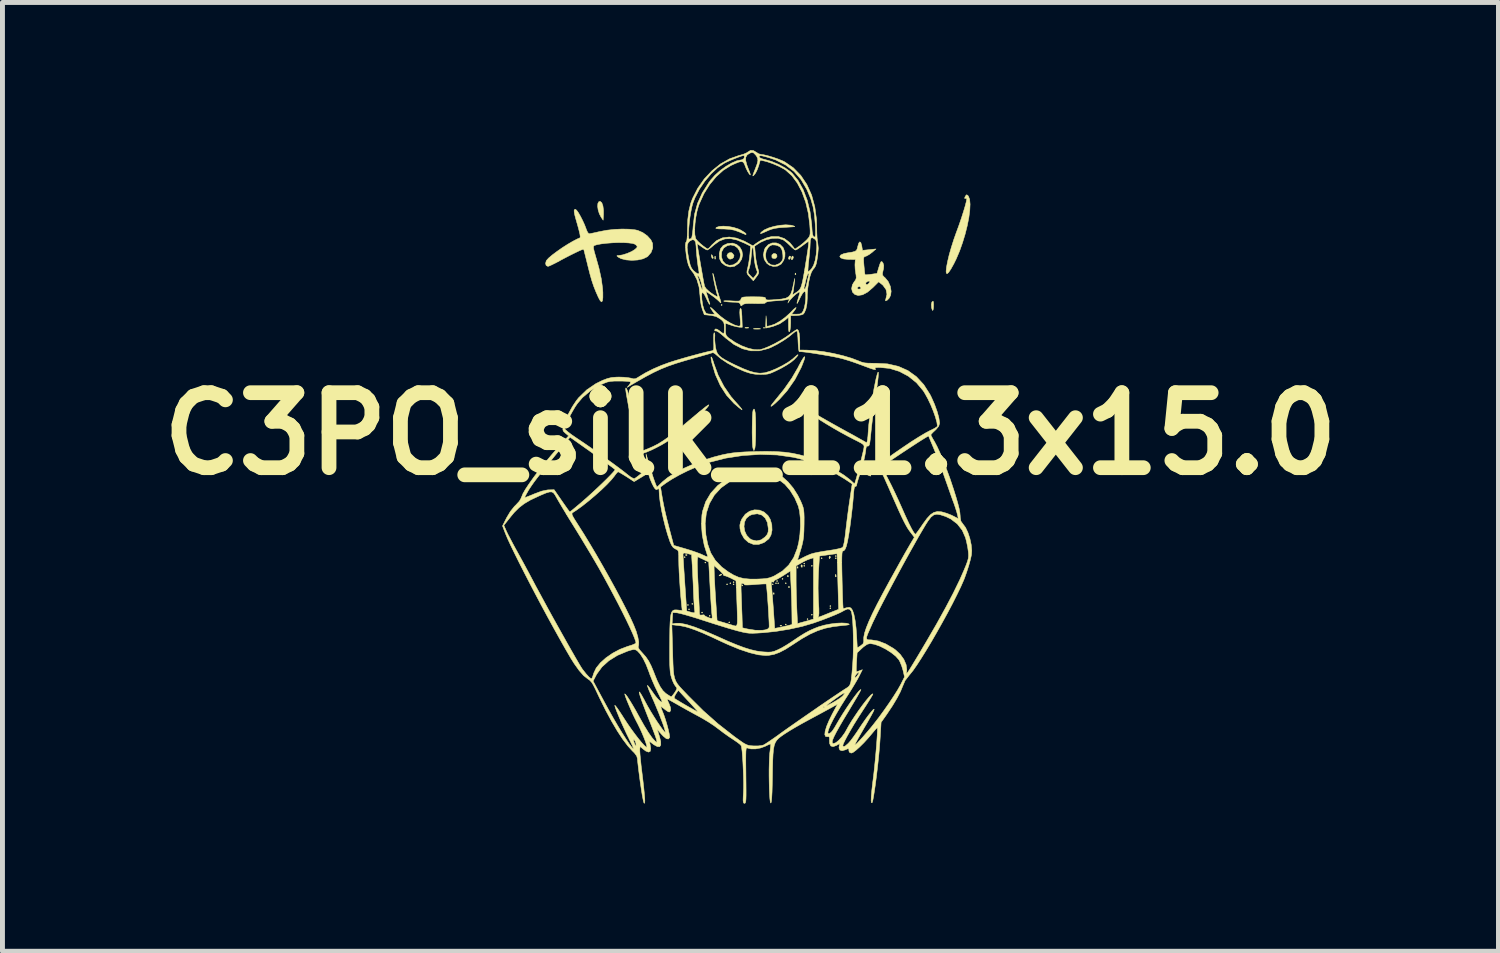
<source format=kicad_pcb>
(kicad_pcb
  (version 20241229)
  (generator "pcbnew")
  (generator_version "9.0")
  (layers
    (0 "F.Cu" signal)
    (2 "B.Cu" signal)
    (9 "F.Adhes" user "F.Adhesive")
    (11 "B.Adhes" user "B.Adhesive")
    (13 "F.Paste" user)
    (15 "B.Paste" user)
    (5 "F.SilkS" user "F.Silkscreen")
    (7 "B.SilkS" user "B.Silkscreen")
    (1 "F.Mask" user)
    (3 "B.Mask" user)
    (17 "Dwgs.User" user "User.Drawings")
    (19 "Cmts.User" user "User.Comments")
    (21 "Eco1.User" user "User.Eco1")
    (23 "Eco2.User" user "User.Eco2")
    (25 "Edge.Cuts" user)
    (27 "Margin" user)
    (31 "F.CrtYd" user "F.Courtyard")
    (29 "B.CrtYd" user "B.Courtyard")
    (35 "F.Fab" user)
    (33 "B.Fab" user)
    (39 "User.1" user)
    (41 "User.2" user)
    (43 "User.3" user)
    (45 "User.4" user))
  (footprint "C3PO_silk_11.3x15.0"
    (layer "F.Cu")
    (at 12.199 5.764)
    (property "Reference" "C3PO_silk_11.3x15.0" (at 0 0 0) (layer "F.SilkS") (effects (font (size 1.524 1.524) (thickness 0.3))))
    (attr through_hole)
    (fp_poly (pts (xy -1.325 2.507) (xy -1.336 2.518) (xy -1.347 2.507) (xy -1.336 2.496) (xy -1.325 2.507)) (stroke (width 0.01) (type solid)) (fill yes) (layer "F.SilkS"))
    (fp_poly (pts (xy -1.259 3.479) (xy -1.27 3.49) (xy -1.281 3.479) (xy -1.27 3.468) (xy -1.259 3.479)) (stroke (width 0.01) (type solid)) (fill yes) (layer "F.SilkS"))
    (fp_poly (pts (xy -1.237 3.567) (xy -1.248 3.578) (xy -1.259 3.567) (xy -1.248 3.556) (xy -1.237 3.567)) (stroke (width 0.01) (type solid)) (fill yes) (layer "F.SilkS"))
    (fp_poly (pts (xy -1.171 3.457) (xy -1.182 3.468) (xy -1.193 3.457) (xy -1.182 3.446) (xy -1.171 3.457)) (stroke (width 0.01) (type solid)) (fill yes) (layer "F.SilkS"))
    (fp_poly (pts (xy -0.972 3.633) (xy -0.983 3.644) (xy -0.994 3.633) (xy -0.983 3.622) (xy -0.972 3.633)) (stroke (width 0.01) (type solid)) (fill yes) (layer "F.SilkS"))
    (fp_poly (pts (xy -0.906 2.617) (xy -0.917 2.628) (xy -0.928 2.617) (xy -0.917 2.606) (xy -0.906 2.617)) (stroke (width 0.01) (type solid)) (fill yes) (layer "F.SilkS"))
    (fp_poly (pts (xy -0.817 3.7) (xy -0.828 3.711) (xy -0.839 3.7) (xy -0.828 3.689) (xy -0.817 3.7)) (stroke (width 0.01) (type solid)) (fill yes) (layer "F.SilkS"))
    (fp_poly (pts (xy -0.574 -2.617) (xy -0.585 -2.606) (xy -0.596 -2.617) (xy -0.585 -2.628) (xy -0.574 -2.617)) (stroke (width 0.01) (type solid)) (fill yes) (layer "F.SilkS"))
    (fp_poly (pts (xy -0.464 3.059) (xy -0.475 3.07) (xy -0.486 3.059) (xy -0.475 3.048) (xy -0.464 3.059)) (stroke (width 0.01) (type solid)) (fill yes) (layer "F.SilkS"))
    (fp_poly (pts (xy -0.42 3.832) (xy -0.431 3.843) (xy -0.442 3.832) (xy -0.431 3.821) (xy -0.42 3.832)) (stroke (width 0.01) (type solid)) (fill yes) (layer "F.SilkS"))
    (fp_poly (pts (xy -0.398 3.037) (xy -0.409 3.048) (xy -0.42 3.037) (xy -0.409 3.026) (xy -0.398 3.037)) (stroke (width 0.01) (type solid)) (fill yes) (layer "F.SilkS"))
    (fp_poly (pts (xy -0.331 3.015) (xy -0.342 3.026) (xy -0.353 3.015) (xy -0.342 3.004) (xy -0.331 3.015)) (stroke (width 0.01) (type solid)) (fill yes) (layer "F.SilkS"))
    (fp_poly (pts (xy -0.331 3.059) (xy -0.342 3.07) (xy -0.353 3.059) (xy -0.342 3.048) (xy -0.331 3.059)) (stroke (width 0.01) (type solid)) (fill yes) (layer "F.SilkS"))
    (fp_poly (pts (xy -0.155 3.081) (xy -0.166 3.092) (xy -0.177 3.081) (xy -0.166 3.07) (xy -0.155 3.081)) (stroke (width 0.01) (type solid)) (fill yes) (layer "F.SilkS"))
    (fp_poly (pts (xy 0.287 -2.153) (xy 0.276 -2.142) (xy 0.265 -2.153) (xy 0.276 -2.165) (xy 0.287 -2.153)) (stroke (width 0.01) (type solid)) (fill yes) (layer "F.SilkS"))
    (fp_poly (pts (xy 0.464 3.059) (xy 0.453 3.07) (xy 0.442 3.059) (xy 0.453 3.048) (xy 0.464 3.059)) (stroke (width 0.01) (type solid)) (fill yes) (layer "F.SilkS"))
    (fp_poly (pts (xy 0.53 3.037) (xy 0.519 3.048) (xy 0.508 3.037) (xy 0.519 3.026) (xy 0.53 3.037)) (stroke (width 0.01) (type solid)) (fill yes) (layer "F.SilkS"))
    (fp_poly (pts (xy 0.552 2.993) (xy 0.541 3.004) (xy 0.53 2.993) (xy 0.541 2.982) (xy 0.552 2.993)) (stroke (width 0.01) (type solid)) (fill yes) (layer "F.SilkS"))
    (fp_poly (pts (xy 0.574 3.037) (xy 0.563 3.048) (xy 0.552 3.037) (xy 0.563 3.026) (xy 0.574 3.037)) (stroke (width 0.01) (type solid)) (fill yes) (layer "F.SilkS"))
    (fp_poly (pts (xy 0.663 2.949) (xy 0.652 2.96) (xy 0.641 2.949) (xy 0.652 2.938) (xy 0.663 2.949)) (stroke (width 0.01) (type solid)) (fill yes) (layer "F.SilkS"))
    (fp_poly (pts (xy 0.729 3.037) (xy 0.718 3.048) (xy 0.707 3.037) (xy 0.718 3.026) (xy 0.729 3.037)) (stroke (width 0.01) (type solid)) (fill yes) (layer "F.SilkS"))
    (fp_poly (pts (xy 0.729 3.876) (xy 0.718 3.887) (xy 0.707 3.876) (xy 0.718 3.865) (xy 0.729 3.876)) (stroke (width 0.01) (type solid)) (fill yes) (layer "F.SilkS"))
    (fp_poly (pts (xy 1.104 2.639) (xy 1.093 2.65) (xy 1.082 2.639) (xy 1.093 2.628) (xy 1.104 2.639)) (stroke (width 0.01) (type solid)) (fill yes) (layer "F.SilkS"))
    (fp_poly (pts (xy 1.104 2.684) (xy 1.093 2.695) (xy 1.082 2.684) (xy 1.093 2.673) (xy 1.104 2.684)) (stroke (width 0.01) (type solid)) (fill yes) (layer "F.SilkS"))
    (fp_poly (pts (xy 1.171 3.766) (xy 1.16 3.777) (xy 1.149 3.766) (xy 1.16 3.755) (xy 1.171 3.766)) (stroke (width 0.01) (type solid)) (fill yes) (layer "F.SilkS"))
    (fp_poly (pts (xy 1.259 2.684) (xy 1.248 2.695) (xy 1.237 2.684) (xy 1.248 2.673) (xy 1.259 2.684)) (stroke (width 0.01) (type solid)) (fill yes) (layer "F.SilkS"))
    (fp_poly (pts (xy 1.259 3.677) (xy 1.248 3.689) (xy 1.237 3.677) (xy 1.248 3.666) (xy 1.259 3.677)) (stroke (width 0.01) (type solid)) (fill yes) (layer "F.SilkS"))
    (fp_poly (pts (xy 1.458 2.529) (xy 1.447 2.54) (xy 1.436 2.529) (xy 1.447 2.518) (xy 1.458 2.529)) (stroke (width 0.01) (type solid)) (fill yes) (layer "F.SilkS"))
    (fp_poly (pts (xy 1.634 3.501) (xy 1.623 3.512) (xy 1.612 3.501) (xy 1.623 3.49) (xy 1.634 3.501)) (stroke (width 0.01) (type solid)) (fill yes) (layer "F.SilkS"))
    (fp_poly (pts (xy 1.634 3.545) (xy 1.623 3.556) (xy 1.612 3.545) (xy 1.623 3.534) (xy 1.634 3.545)) (stroke (width 0.01) (type solid)) (fill yes) (layer "F.SilkS"))
    (fp_poly (pts (xy 1.745 2.485) (xy 1.734 2.496) (xy 1.723 2.485) (xy 1.734 2.474) (xy 1.745 2.485)) (stroke (width 0.01) (type solid)) (fill yes) (layer "F.SilkS"))
    (fp_poly (pts (xy 1.745 2.529) (xy 1.734 2.54) (xy 1.723 2.529) (xy 1.734 2.518) (xy 1.745 2.529)) (stroke (width 0.01) (type solid)) (fill yes) (layer "F.SilkS"))
    (fp_poly (pts (xy -1.288 2.459) (xy -1.291 2.472) (xy -1.303 2.474) (xy -1.321 2.466) (xy -1.318 2.459) (xy -1.292 2.456) (xy -1.288 2.459)) (stroke (width 0.01) (type solid)) (fill yes) (layer "F.SilkS"))
    (fp_poly (pts (xy -0.714 -3.606) (xy -0.711 -3.56) (xy -0.714 -3.55) (xy -0.722 -3.548) (xy -0.725 -3.578) (xy -0.722 -3.609) (xy -0.714 -3.606)) (stroke (width 0.01) (type solid)) (fill yes) (layer "F.SilkS"))
    (fp_poly (pts (xy 0.479 3.232) (xy 0.481 3.258) (xy 0.479 3.262) (xy 0.465 3.258) (xy 0.464 3.247) (xy 0.472 3.229) (xy 0.479 3.232)) (stroke (width 0.01) (type solid)) (fill yes) (layer "F.SilkS"))
    (fp_poly (pts (xy 0.633 3.895) (xy 0.63 3.908) (xy 0.618 3.909) (xy 0.6 3.901) (xy 0.604 3.895) (xy 0.63 3.892) (xy 0.633 3.895)) (stroke (width 0.01) (type solid)) (fill yes) (layer "F.SilkS"))
    (fp_poly (pts (xy 0.766 2.879) (xy 0.768 2.905) (xy 0.766 2.908) (xy 0.753 2.905) (xy 0.751 2.893) (xy 0.759 2.875) (xy 0.766 2.879)) (stroke (width 0.01) (type solid)) (fill yes) (layer "F.SilkS"))
    (fp_poly (pts (xy 0.788 3.1) (xy 0.79 3.126) (xy 0.788 3.129) (xy 0.775 3.126) (xy 0.773 3.114) (xy 0.781 3.096) (xy 0.788 3.1)) (stroke (width 0.01) (type solid)) (fill yes) (layer "F.SilkS"))
    (fp_poly (pts (xy 0.92 -3.262) (xy 0.923 -3.235) (xy 0.92 -3.232) (xy 0.907 -3.235) (xy 0.906 -3.247) (xy 0.914 -3.265) (xy 0.92 -3.262)) (stroke (width 0.01) (type solid)) (fill yes) (layer "F.SilkS"))
    (fp_poly (pts (xy 0.964 2.702) (xy 0.967 2.728) (xy 0.964 2.731) (xy 0.951 2.728) (xy 0.95 2.717) (xy 0.958 2.699) (xy 0.964 2.702)) (stroke (width 0.01) (type solid)) (fill yes) (layer "F.SilkS"))
    (fp_poly (pts (xy 1.738 2.867) (xy 1.741 2.902) (xy 1.736 2.909) (xy 1.726 2.903) (xy 1.725 2.881) (xy 1.73 2.857) (xy 1.738 2.867)) (stroke (width 0.01) (type solid)) (fill yes) (layer "F.SilkS"))
    (fp_poly (pts (xy -0.585 2.853) (xy -0.591 2.87) (xy -0.612 2.881) (xy -0.638 2.888) (xy -0.627 2.871) (xy -0.624 2.869) (xy -0.595 2.851) (xy -0.585 2.853)) (stroke (width 0.01) (type solid)) (fill yes) (layer "F.SilkS"))
    (fp_poly (pts (xy 0.872 -3.584) (xy 0.861 -3.55) (xy 0.839 -3.534) (xy 0.83 -3.552) (xy 0.833 -3.578) (xy 0.849 -3.608) (xy 0.863 -3.61) (xy 0.872 -3.584)) (stroke (width 0.01) (type solid)) (fill yes) (layer "F.SilkS"))
    (fp_poly (pts (xy 1.05 2.671) (xy 1.053 2.685) (xy 1.048 2.715) (xy 1.032 2.702) (xy 1.028 2.696) (xy 1.029 2.668) (xy 1.034 2.664) (xy 1.05 2.671)) (stroke (width 0.01) (type solid)) (fill yes) (layer "F.SilkS"))
    (fp_poly (pts (xy 1.616 2.487) (xy 1.625 2.513) (xy 1.622 2.519) (xy 1.604 2.539) (xy 1.598 2.516) (xy 1.598 2.508) (xy 1.607 2.486) (xy 1.616 2.487)) (stroke (width 0.01) (type solid)) (fill yes) (layer "F.SilkS"))
    (fp_poly (pts (xy -0.775 -3.623) (xy -0.77 -3.615) (xy -0.756 -3.578) (xy -0.762 -3.561) (xy -0.78 -3.571) (xy -0.793 -3.604) (xy -0.794 -3.62) (xy -0.79 -3.641) (xy -0.775 -3.623)) (stroke (width 0.01) (type solid)) (fill yes) (layer "F.SilkS"))
    (fp_poly (pts (xy -0.038 -2.157) (xy -0.037 -2.15) (xy -0.072 -2.147) (xy -0.077 -2.147) (xy -0.112 -2.15) (xy -0.108 -2.157) (xy -0.104 -2.158) (xy -0.056 -2.161) (xy -0.038 -2.157)) (stroke (width 0.01) (type solid)) (fill yes) (layer "F.SilkS"))
    (fp_poly (pts (xy 0.193 -2.136) (xy 0.207 -2.131) (xy 0.182 -2.128) (xy 0.133 -2.127) (xy 0.078 -2.128) (xy 0.058 -2.132) (xy 0.072 -2.136) (xy 0.143 -2.14) (xy 0.193 -2.136)) (stroke (width 0.01) (type solid)) (fill yes) (layer "F.SilkS"))
    (fp_poly (pts (xy 0.814 -3.606) (xy 0.817 -3.592) (xy 0.804 -3.554) (xy 0.795 -3.545) (xy 0.776 -3.55) (xy 0.773 -3.564) (xy 0.786 -3.603) (xy 0.795 -3.611) (xy 0.814 -3.606)) (stroke (width 0.01) (type solid)) (fill yes) (layer "F.SilkS"))
    (fp_poly (pts (xy 0.534 -3.64) (xy 0.54 -3.603) (xy 0.519 -3.57) (xy 0.494 -3.56) (xy 0.452 -3.567) (xy 0.436 -3.584) (xy 0.436 -3.632) (xy 0.467 -3.661) (xy 0.5 -3.663) (xy 0.534 -3.64)) (stroke (width 0.01) (type solid)) (fill yes) (layer "F.SilkS"))
    (fp_poly (pts (xy -0.366 -3.668) (xy -0.334 -3.623) (xy -0.345 -3.58) (xy -0.374 -3.557) (xy -0.418 -3.547) (xy -0.452 -3.57) (xy -0.479 -3.615) (xy -0.462 -3.655) (xy -0.437 -3.675) (xy -0.393 -3.683) (xy -0.366 -3.668)) (stroke (width 0.01) (type solid)) (fill yes) (layer "F.SilkS"))
    (fp_poly (pts (xy 3.718 -2.676) (xy 3.721 -2.63) (xy 3.72 -2.575) (xy 3.714 -2.527) (xy 3.705 -2.505) (xy 3.694 -2.516) (xy 3.682 -2.557) (xy 3.681 -2.561) (xy 3.676 -2.627) (xy 3.687 -2.676) (xy 3.71 -2.695) (xy 3.718 -2.676)) (stroke (width 0.01) (type solid)) (fill yes) (layer "F.SilkS"))
    (fp_poly (pts (xy -3.021 -4.695) (xy -2.998 -4.633) (xy -2.986 -4.543) (xy -2.986 -4.454) (xy -2.993 -4.34) (xy -3.034 -4.4) (xy -3.071 -4.471) (xy -3.095 -4.549) (xy -3.105 -4.622) (xy -3.1 -4.681) (xy -3.079 -4.717) (xy -3.053 -4.722) (xy -3.021 -4.695)) (stroke (width 0.01) (type solid)) (fill yes) (layer "F.SilkS"))
    (fp_poly (pts (xy 1.105 -1.551) (xy 1.09 -1.496) (xy 1.055 -1.404) (xy 1.03 -1.344) (xy 0.904 -1.102) (xy 0.745 -0.874) (xy 0.59 -0.701) (xy 0.512 -0.627) (xy 0.456 -0.579) (xy 0.422 -0.557) (xy 0.415 -0.563) (xy 0.435 -0.596) (xy 0.485 -0.659) (xy 0.489 -0.664) (xy 0.683 -0.904) (xy 0.841 -1.13) (xy 0.968 -1.348) (xy 0.983 -1.379) (xy 1.038 -1.482) (xy 1.078 -1.545) (xy 1.1 -1.568) (xy 1.105 -1.551)) (stroke (width 0.01) (type solid)) (fill yes) (layer "F.SilkS"))
    (fp_poly (pts (xy -0.774 -1.522) (xy -0.748 -1.445) (xy -0.742 -1.424) (xy -0.656 -1.189) (xy -0.538 -0.962) (xy -0.396 -0.756) (xy -0.32 -0.668) (xy -0.255 -0.596) (xy -0.205 -0.538) (xy -0.175 -0.499) (xy -0.17 -0.486) (xy -0.193 -0.5) (xy -0.241 -0.537) (xy -0.304 -0.591) (xy -0.337 -0.62) (xy -0.485 -0.782) (xy -0.612 -0.979) (xy -0.713 -1.204) (xy -0.783 -1.438) (xy -0.799 -1.519) (xy -0.802 -1.559) (xy -0.792 -1.56) (xy -0.774 -1.522)) (stroke (width 0.01) (type solid)) (fill yes) (layer "F.SilkS"))
    (fp_poly (pts (xy -0.449 -4.212) (xy -0.345 -4.193) (xy -0.249 -4.163) (xy -0.203 -4.142) (xy -0.142 -4.105) (xy -0.1 -4.075) (xy -0.088 -4.06) (xy -0.093 -4.044) (xy -0.094 -4.044) (xy -0.115 -4.054) (xy -0.166 -4.075) (xy -0.232 -4.103) (xy -0.325 -4.136) (xy -0.418 -4.154) (xy -0.533 -4.161) (xy -0.547 -4.161) (xy -0.635 -4.163) (xy -0.685 -4.167) (xy -0.704 -4.175) (xy -0.697 -4.188) (xy -0.691 -4.193) (xy -0.635 -4.213) (xy -0.55 -4.219) (xy -0.449 -4.212)) (stroke (width 0.01) (type solid)) (fill yes) (layer "F.SilkS"))
    (fp_poly (pts (xy 0.086 -0.485) (xy 0.097 -0.424) (xy 0.104 -0.318) (xy 0.107 -0.169) (xy 0.107 -0.088) (xy 0.106 0.033) (xy 0.103 0.142) (xy 0.098 0.229) (xy 0.092 0.284) (xy 0.089 0.298) (xy 0.071 0.342) (xy 0.052 0.298) (xy 0.045 0.26) (xy 0.04 0.187) (xy 0.037 0.089) (xy 0.035 -0.024) (xy 0.036 -0.142) (xy 0.038 -0.256) (xy 0.041 -0.356) (xy 0.046 -0.432) (xy 0.053 -0.475) (xy 0.054 -0.477) (xy 0.072 -0.503) (xy 0.086 -0.485)) (stroke (width 0.01) (type solid)) (fill yes) (layer "F.SilkS"))
    (fp_poly (pts (xy 0.815 -4.239) (xy 0.838 -4.235) (xy 0.881 -4.222) (xy 0.901 -4.214) (xy 0.893 -4.208) (xy 0.852 -4.204) (xy 0.775 -4.199) (xy 0.707 -4.195) (xy 0.587 -4.187) (xy 0.497 -4.174) (xy 0.422 -4.155) (xy 0.349 -4.126) (xy 0.345 -4.124) (xy 0.266 -4.088) (xy 0.22 -4.07) (xy 0.203 -4.068) (xy 0.209 -4.082) (xy 0.219 -4.095) (xy 0.279 -4.141) (xy 0.37 -4.182) (xy 0.482 -4.215) (xy 0.601 -4.237) (xy 0.717 -4.246) (xy 0.815 -4.239)) (stroke (width 0.01) (type solid)) (fill yes) (layer "F.SilkS"))
    (fp_poly (pts (xy 4.417 -4.842) (xy 4.429 -4.827) (xy 4.454 -4.763) (xy 4.463 -4.665) (xy 4.457 -4.539) (xy 4.438 -4.392) (xy 4.406 -4.23) (xy 4.363 -4.058) (xy 4.31 -3.884) (xy 4.25 -3.714) (xy 4.182 -3.554) (xy 4.135 -3.458) (xy 4.074 -3.348) (xy 4.028 -3.28) (xy 3.997 -3.252) (xy 3.98 -3.264) (xy 3.976 -3.301) (xy 3.984 -3.384) (xy 4.006 -3.499) (xy 4.039 -3.638) (xy 4.083 -3.791) (xy 4.133 -3.949) (xy 4.188 -4.104) (xy 4.19 -4.108) (xy 4.24 -4.245) (xy 4.287 -4.382) (xy 4.328 -4.511) (xy 4.362 -4.624) (xy 4.385 -4.712) (xy 4.395 -4.769) (xy 4.395 -4.776) (xy 4.382 -4.786) (xy 4.373 -4.782) (xy 4.354 -4.78) (xy 4.357 -4.806) (xy 4.374 -4.837) (xy 4.394 -4.857) (xy 4.417 -4.842)) (stroke (width 0.01) (type solid)) (fill yes) (layer "F.SilkS"))
    (fp_poly (pts (xy -0.28 -3.846) (xy -0.216 -3.792) (xy -0.174 -3.719) (xy -0.16 -3.635) (xy -0.178 -3.548) (xy -0.232 -3.467) (xy -0.239 -3.461) (xy -0.324 -3.403) (xy -0.416 -3.389) (xy -0.508 -3.417) (xy -0.586 -3.476) (xy -0.627 -3.555) (xy -0.63 -3.599) (xy -0.59 -3.599) (xy -0.59 -3.595) (xy -0.56 -3.508) (xy -0.504 -3.449) (xy -0.431 -3.423) (xy -0.35 -3.432) (xy -0.272 -3.48) (xy -0.263 -3.488) (xy -0.215 -3.561) (xy -0.203 -3.64) (xy -0.221 -3.715) (xy -0.264 -3.779) (xy -0.327 -3.822) (xy -0.404 -3.837) (xy -0.47 -3.823) (xy -0.543 -3.774) (xy -0.584 -3.697) (xy -0.59 -3.599) (xy -0.63 -3.599) (xy -0.633 -3.66) (xy -0.633 -3.662) (xy -0.609 -3.758) (xy -0.555 -3.824) (xy -0.466 -3.865) (xy -0.461 -3.866) (xy -0.364 -3.874) (xy -0.28 -3.846)) (stroke (width 0.01) (type solid)) (fill yes) (layer "F.SilkS"))
    (fp_poly (pts (xy 0.601 -3.848) (xy 0.661 -3.787) (xy 0.671 -3.768) (xy 0.702 -3.68) (xy 0.7 -3.6) (xy 0.676 -3.524) (xy 0.624 -3.449) (xy 0.55 -3.407) (xy 0.466 -3.399) (xy 0.382 -3.426) (xy 0.33 -3.466) (xy 0.279 -3.545) (xy 0.265 -3.632) (xy 0.306 -3.632) (xy 0.318 -3.544) (xy 0.357 -3.475) (xy 0.425 -3.431) (xy 0.504 -3.425) (xy 0.581 -3.456) (xy 0.611 -3.48) (xy 0.645 -3.521) (xy 0.66 -3.564) (xy 0.659 -3.627) (xy 0.657 -3.648) (xy 0.64 -3.738) (xy 0.606 -3.794) (xy 0.546 -3.826) (xy 0.503 -3.835) (xy 0.44 -3.838) (xy 0.392 -3.816) (xy 0.366 -3.792) (xy 0.322 -3.72) (xy 0.306 -3.632) (xy 0.265 -3.632) (xy 0.264 -3.641) (xy 0.283 -3.739) (xy 0.302 -3.778) (xy 0.363 -3.843) (xy 0.44 -3.877) (xy 0.524 -3.878) (xy 0.601 -3.848)) (stroke (width 0.01) (type solid)) (fill yes) (layer "F.SilkS"))
    (fp_poly (pts (xy 0.182 1.551) (xy 0.276 1.59) (xy 0.356 1.662) (xy 0.402 1.738) (xy 0.434 1.847) (xy 0.439 1.959) (xy 0.417 2.06) (xy 0.374 2.134) (xy 0.277 2.21) (xy 0.17 2.248) (xy 0.061 2.248) (xy -0.039 2.209) (xy -0.126 2.131) (xy -0.187 2.023) (xy -0.212 1.928) (xy -0.214 1.884) (xy -0.131 1.884) (xy -0.116 1.978) (xy -0.077 2.063) (xy -0.014 2.13) (xy 0.028 2.155) (xy 0.125 2.177) (xy 0.219 2.155) (xy 0.298 2.097) (xy 0.341 2.046) (xy 0.36 1.994) (xy 0.363 1.927) (xy 0.345 1.805) (xy 0.299 1.712) (xy 0.229 1.651) (xy 0.14 1.626) (xy 0.037 1.64) (xy -0.018 1.663) (xy -0.083 1.717) (xy -0.12 1.794) (xy -0.131 1.884) (xy -0.214 1.884) (xy -0.215 1.854) (xy -0.198 1.785) (xy -0.174 1.73) (xy -0.105 1.635) (xy -0.017 1.574) (xy 0.081 1.546) (xy 0.182 1.551)) (stroke (width 0.01) (type solid)) (fill yes) (layer "F.SilkS"))
    (fp_poly (pts (xy -2.52 -0.921) (xy -2.502 -0.88) (xy -2.48 -0.813) (xy -2.456 -0.724) (xy -2.456 -0.723) (xy -2.434 -0.628) (xy -2.408 -0.509) (xy -2.381 -0.376) (xy -2.353 -0.236) (xy -2.325 -0.096) (xy -2.3 0.036) (xy -2.279 0.152) (xy -2.263 0.245) (xy -2.255 0.306) (xy -2.253 0.324) (xy -2.251 0.347) (xy -2.241 0.357) (xy -2.215 0.354) (xy -2.163 0.336) (xy -2.082 0.304) (xy -1.979 0.259) (xy -1.879 0.208) (xy -1.776 0.144) (xy -1.663 0.065) (xy -1.533 -0.033) (xy -1.382 -0.157) (xy -1.292 -0.232) (xy -1.185 -0.322) (xy -1.086 -0.404) (xy -1.001 -0.475) (xy -0.936 -0.527) (xy -0.898 -0.557) (xy -0.897 -0.557) (xy -0.857 -0.585) (xy -0.845 -0.587) (xy -0.855 -0.564) (xy -0.857 -0.561) (xy -0.89 -0.519) (xy -0.952 -0.455) (xy -1.038 -0.374) (xy -1.141 -0.281) (xy -1.256 -0.182) (xy -1.377 -0.081) (xy -1.499 0.016) (xy -1.615 0.104) (xy -1.617 0.105) (xy -1.703 0.164) (xy -1.803 0.224) (xy -1.909 0.28) (xy -2.013 0.331) (xy -2.107 0.371) (xy -2.185 0.399) (xy -2.239 0.41) (xy -2.26 0.403) (xy -2.275 0.364) (xy -2.296 0.289) (xy -2.322 0.182) (xy -2.352 0.05) (xy -2.385 -0.099) (xy -2.418 -0.261) (xy -2.452 -0.428) (xy -2.484 -0.594) (xy -2.513 -0.754) (xy -2.528 -0.845) (xy -2.536 -0.907) (xy -2.532 -0.931) (xy -2.52 -0.921)) (stroke (width 0.01) (type solid)) (fill yes) (layer "F.SilkS"))
    (fp_poly (pts (xy 2.243 -3.884) (xy 2.26 -3.826) (xy 2.262 -3.819) (xy 2.276 -3.727) (xy 2.414 -3.741) (xy 2.551 -3.755) (xy 2.474 -3.688) (xy 2.415 -3.644) (xy 2.36 -3.613) (xy 2.344 -3.607) (xy 2.319 -3.599) (xy 2.304 -3.583) (xy 2.299 -3.551) (xy 2.301 -3.492) (xy 2.307 -3.415) (xy 2.315 -3.331) (xy 2.322 -3.267) (xy 2.328 -3.233) (xy 2.329 -3.23) (xy 2.352 -3.23) (xy 2.405 -3.235) (xy 2.453 -3.241) (xy 2.572 -3.258) (xy 2.606 -3.373) (xy 2.632 -3.453) (xy 2.652 -3.494) (xy 2.67 -3.5) (xy 2.69 -3.476) (xy 2.695 -3.467) (xy 2.709 -3.419) (xy 2.704 -3.353) (xy 2.696 -3.321) (xy 2.683 -3.259) (xy 2.686 -3.221) (xy 2.712 -3.19) (xy 2.737 -3.168) (xy 2.799 -3.093) (xy 2.842 -2.997) (xy 2.859 -2.896) (xy 2.849 -2.816) (xy 2.82 -2.757) (xy 2.782 -2.717) (xy 2.778 -2.714) (xy 2.746 -2.7) (xy 2.743 -2.715) (xy 2.749 -2.731) (xy 2.774 -2.836) (xy 2.755 -2.931) (xy 2.693 -3.017) (xy 2.661 -3.044) (xy 2.605 -3.088) (xy 2.488 -2.971) (xy 2.379 -2.878) (xy 2.279 -2.824) (xy 2.189 -2.81) (xy 2.123 -2.829) (xy 2.073 -2.879) (xy 2.056 -2.949) (xy 2.059 -2.965) (xy 2.17 -2.965) (xy 2.18 -2.943) (xy 2.209 -2.938) (xy 2.244 -2.948) (xy 2.247 -2.965) (xy 2.22 -2.991) (xy 2.209 -2.993) (xy 2.176 -2.975) (xy 2.17 -2.965) (xy 2.059 -2.965) (xy 2.071 -3.026) (xy 2.089 -3.056) (xy 2.341 -3.056) (xy 2.353 -3.028) (xy 2.384 -3.036) (xy 2.403 -3.052) (xy 2.428 -3.088) (xy 2.415 -3.102) (xy 2.385 -3.099) (xy 2.349 -3.076) (xy 2.341 -3.056) (xy 2.089 -3.056) (xy 2.106 -3.084) (xy 2.138 -3.128) (xy 2.15 -3.167) (xy 2.146 -3.223) (xy 2.14 -3.259) (xy 2.128 -3.344) (xy 2.124 -3.429) (xy 2.125 -3.454) (xy 2.131 -3.541) (xy 1.994 -3.543) (xy 1.894 -3.552) (xy 1.834 -3.574) (xy 1.815 -3.603) (xy 1.837 -3.634) (xy 1.902 -3.662) (xy 1.985 -3.678) (xy 2.073 -3.692) (xy 2.126 -3.707) (xy 2.156 -3.73) (xy 2.172 -3.768) (xy 2.18 -3.804) (xy 2.2 -3.873) (xy 2.222 -3.9) (xy 2.243 -3.884)) (stroke (width 0.01) (type solid)) (fill yes) (layer "F.SilkS"))
    (fp_poly (pts (xy -3.532 -4.542) (xy -3.496 -4.492) (xy -3.454 -4.419) (xy -3.41 -4.333) (xy -3.369 -4.243) (xy -3.337 -4.159) (xy -3.333 -4.147) (xy -3.309 -4.094) (xy -3.284 -4.066) (xy -3.278 -4.064) (xy -3.245 -4.069) (xy -3.181 -4.082) (xy -3.096 -4.101) (xy -3.055 -4.11) (xy -2.917 -4.136) (xy -2.764 -4.153) (xy -2.609 -4.16) (xy -2.465 -4.157) (xy -2.344 -4.144) (xy -2.292 -4.133) (xy -2.188 -4.088) (xy -2.095 -4.021) (xy -2.024 -3.942) (xy -1.989 -3.87) (xy -1.985 -3.776) (xy -2.019 -3.684) (xy -2.086 -3.605) (xy -2.1 -3.595) (xy -2.182 -3.555) (xy -2.291 -3.531) (xy -2.41 -3.524) (xy -2.527 -3.533) (xy -2.628 -3.558) (xy -2.684 -3.588) (xy -2.714 -3.613) (xy -2.708 -3.621) (xy -2.682 -3.622) (xy -2.601 -3.634) (xy -2.505 -3.664) (xy -2.413 -3.704) (xy -2.352 -3.742) (xy -2.311 -3.778) (xy -2.3 -3.802) (xy -2.317 -3.827) (xy -2.324 -3.835) (xy -2.354 -3.855) (xy -2.402 -3.869) (xy -2.478 -3.878) (xy -2.578 -3.884) (xy -2.687 -3.885) (xy -2.806 -3.88) (xy -2.925 -3.871) (xy -3.033 -3.858) (xy -3.119 -3.842) (xy -3.174 -3.825) (xy -3.178 -3.823) (xy -3.189 -3.804) (xy -3.188 -3.765) (xy -3.173 -3.699) (xy -3.15 -3.62) (xy -3.079 -3.368) (xy -3.031 -3.149) (xy -3.005 -2.959) (xy -2.999 -2.874) (xy -2.999 -2.766) (xy -3.007 -2.702) (xy -3.024 -2.68) (xy -3.051 -2.701) (xy -3.086 -2.764) (xy -3.091 -2.774) (xy -3.141 -2.887) (xy -3.184 -2.995) (xy -3.223 -3.11) (xy -3.261 -3.244) (xy -3.303 -3.409) (xy -3.306 -3.423) (xy -3.334 -3.535) (xy -3.358 -3.631) (xy -3.376 -3.703) (xy -3.387 -3.744) (xy -3.389 -3.75) (xy -3.412 -3.745) (xy -3.467 -3.723) (xy -3.545 -3.686) (xy -3.641 -3.639) (xy -3.746 -3.585) (xy -3.854 -3.528) (xy -3.869 -3.519) (xy -3.959 -3.471) (xy -4.036 -3.433) (xy -4.092 -3.408) (xy -4.115 -3.401) (xy -4.151 -3.419) (xy -4.163 -3.461) (xy -4.149 -3.513) (xy -4.144 -3.522) (xy -4.101 -3.57) (xy -4.027 -3.633) (xy -3.932 -3.704) (xy -3.825 -3.779) (xy -3.714 -3.85) (xy -3.608 -3.912) (xy -3.517 -3.959) (xy -3.465 -3.98) (xy -3.458 -4.002) (xy -3.466 -4.059) (xy -3.489 -4.154) (xy -3.51 -4.231) (xy -3.546 -4.357) (xy -3.57 -4.446) (xy -3.581 -4.506) (xy -3.582 -4.541) (xy -3.573 -4.557) (xy -3.556 -4.561) (xy -3.532 -4.542)) (stroke (width 0.01) (type solid)) (fill yes) (layer "F.SilkS"))
    (fp_poly (pts (xy 0.06 -5.755) (xy 0.116 -5.721) (xy 0.169 -5.689) (xy 0.214 -5.676) (xy 0.274 -5.668) (xy 0.361 -5.647) (xy 0.462 -5.617) (xy 0.564 -5.582) (xy 0.652 -5.546) (xy 0.694 -5.526) (xy 0.871 -5.405) (xy 1.023 -5.249) (xy 1.147 -5.064) (xy 1.243 -4.85) (xy 1.308 -4.611) (xy 1.343 -4.35) (xy 1.347 -4.185) (xy 1.349 -4.08) (xy 1.354 -3.981) (xy 1.363 -3.903) (xy 1.368 -3.876) (xy 1.379 -3.77) (xy 1.368 -3.633) (xy 1.352 -3.528) (xy 1.338 -3.456) (xy 1.32 -3.406) (xy 1.297 -3.368) (xy 1.269 -3.335) (xy 1.237 -3.279) (xy 1.207 -3.189) (xy 1.183 -3.075) (xy 1.164 -2.949) (xy 1.155 -2.819) (xy 1.155 -2.761) (xy 1.148 -2.64) (xy 1.128 -2.537) (xy 1.096 -2.46) (xy 1.072 -2.43) (xy 1.033 -2.415) (xy 0.969 -2.405) (xy 0.929 -2.402) (xy 0.817 -2.4) (xy 0.817 -2.255) (xy 0.814 -2.174) (xy 0.805 -2.109) (xy 0.795 -2.076) (xy 0.783 -2.073) (xy 0.776 -2.11) (xy 0.773 -2.188) (xy 0.773 -2.205) (xy 0.773 -2.367) (xy 0.701 -2.307) (xy 0.595 -2.235) (xy 0.467 -2.185) (xy 0.4 -2.167) (xy 0.309 -2.147) (xy 0.317 -2.396) (xy 0.326 -2.289) (xy 0.334 -2.182) (xy 0.404 -2.196) (xy 0.495 -2.228) (xy 0.6 -2.287) (xy 0.708 -2.366) (xy 0.806 -2.455) (xy 0.82 -2.47) (xy 0.876 -2.528) (xy 0.914 -2.559) (xy 0.929 -2.563) (xy 0.918 -2.538) (xy 0.882 -2.488) (xy 0.836 -2.43) (xy 0.937 -2.43) (xy 1.001 -2.433) (xy 1.039 -2.449) (xy 1.067 -2.487) (xy 1.074 -2.501) (xy 1.095 -2.56) (xy 1.112 -2.645) (xy 1.122 -2.733) (xy 1.124 -2.829) (xy 1.115 -2.882) (xy 1.095 -2.892) (xy 1.063 -2.86) (xy 1.02 -2.785) (xy 1 -2.744) (xy 0.967 -2.677) (xy 0.948 -2.646) (xy 0.945 -2.655) (xy 0.957 -2.702) (xy 0.983 -2.791) (xy 0.985 -2.8) (xy 1.002 -2.857) (xy 1.003 -2.88) (xy 0.987 -2.879) (xy 0.974 -2.873) (xy 0.923 -2.836) (xy 0.861 -2.779) (xy 0.805 -2.718) (xy 0.778 -2.683) (xy 0.761 -2.657) (xy 0.764 -2.667) (xy 0.775 -2.692) (xy 0.79 -2.729) (xy 0.777 -2.736) (xy 0.748 -2.728) (xy 0.702 -2.719) (xy 0.627 -2.71) (xy 0.534 -2.703) (xy 0.502 -2.701) (xy 0.398 -2.692) (xy 0.333 -2.68) (xy 0.309 -2.666) (xy 0.309 -2.665) (xy 0.293 -2.652) (xy 0.241 -2.646) (xy 0.151 -2.645) (xy 0.091 -2.646) (xy -0.016 -2.648) (xy -0.088 -2.645) (xy -0.133 -2.636) (xy -0.159 -2.621) (xy -0.16 -2.619) (xy -0.187 -2.598) (xy -0.201 -2.614) (xy -0.205 -2.629) (xy -0.218 -2.653) (xy -0.246 -2.667) (xy -0.301 -2.673) (xy -0.357 -2.674) (xy -0.438 -2.678) (xy -0.507 -2.685) (xy -0.541 -2.693) (xy -0.541 -2.7) (xy -0.505 -2.703) (xy -0.437 -2.702) (xy -0.395 -2.7) (xy -0.303 -2.695) (xy -0.246 -2.695) (xy -0.215 -2.702) (xy -0.2 -2.717) (xy -0.193 -2.736) (xy -0.185 -2.756) (xy -0.169 -2.77) (xy -0.135 -2.778) (xy -0.078 -2.782) (xy 0.013 -2.783) (xy 0.064 -2.783) (xy 0.172 -2.782) (xy 0.243 -2.779) (xy 0.285 -2.773) (xy 0.305 -2.762) (xy 0.309 -2.747) (xy 0.314 -2.73) (xy 0.333 -2.72) (xy 0.375 -2.718) (xy 0.448 -2.721) (xy 0.51 -2.726) (xy 0.633 -2.737) (xy 0.72 -2.755) (xy 0.779 -2.787) (xy 0.819 -2.84) (xy 0.848 -2.921) (xy 0.874 -3.038) (xy 0.876 -3.048) (xy 0.891 -3.122) (xy 0.898 -3.155) (xy 0.899 -3.148) (xy 0.895 -3.102) (xy 0.893 -3.073) (xy 0.883 -2.991) (xy 0.873 -2.916) (xy 0.868 -2.888) (xy 0.855 -2.822) (xy 0.936 -2.875) (xy 0.97 -2.899) (xy 0.997 -2.926) (xy 1.019 -2.962) (xy 1.021 -2.966) (xy 1.088 -2.966) (xy 1.091 -2.941) (xy 1.1 -2.938) (xy 1.117 -2.957) (xy 1.135 -3.009) (xy 1.148 -3.065) (xy 1.164 -3.141) (xy 1.179 -3.205) (xy 1.186 -3.233) (xy 1.187 -3.261) (xy 1.174 -3.26) (xy 1.158 -3.232) (xy 1.139 -3.175) (xy 1.125 -3.12) (xy 1.109 -3.046) (xy 1.095 -2.989) (xy 1.088 -2.966) (xy 1.021 -2.966) (xy 1.038 -3.014) (xy 1.057 -3.087) (xy 1.077 -3.189) (xy 1.097 -3.302) (xy 1.169 -3.302) (xy 1.171 -3.291) (xy 1.194 -3.306) (xy 1.232 -3.342) (xy 1.241 -3.352) (xy 1.282 -3.42) (xy 1.315 -3.522) (xy 1.337 -3.648) (xy 1.347 -3.79) (xy 1.347 -3.816) (xy 1.343 -3.89) (xy 1.328 -3.935) (xy 1.3 -3.962) (xy 1.257 -3.985) (xy 1.231 -3.976) (xy 1.217 -3.931) (xy 1.213 -3.858) (xy 1.21 -3.785) (xy 1.202 -3.685) (xy 1.191 -3.574) (xy 1.185 -3.517) (xy 1.175 -3.424) (xy 1.17 -3.349) (xy 1.169 -3.302) (xy 1.097 -3.302) (xy 1.101 -3.325) (xy 1.113 -3.401) (xy 1.142 -3.579) (xy 1.163 -3.716) (xy 1.177 -3.815) (xy 1.183 -3.877) (xy 1.182 -3.906) (xy 1.18 -3.909) (xy 1.159 -3.897) (xy 1.114 -3.865) (xy 1.055 -3.821) (xy 0.992 -3.776) (xy 0.942 -3.744) (xy 0.916 -3.733) (xy 0.889 -3.748) (xy 0.843 -3.786) (xy 0.805 -3.823) (xy 0.745 -3.88) (xy 0.686 -3.927) (xy 0.658 -3.944) (xy 0.563 -3.972) (xy 0.447 -3.971) (xy 0.324 -3.943) (xy 0.204 -3.89) (xy 0.172 -3.87) (xy 0.085 -3.813) (xy 0.1 -3.646) (xy 0.111 -3.546) (xy 0.129 -3.447) (xy 0.147 -3.373) (xy 0.166 -3.309) (xy 0.168 -3.268) (xy 0.151 -3.23) (xy 0.12 -3.187) (xy 0.059 -3.108) (xy -0.012 -3.185) (xy -0.054 -3.233) (xy -0.071 -3.269) (xy -0.07 -3.301) (xy -0.048 -3.301) (xy -0.046 -3.266) (xy -0.018 -3.231) (xy -0.003 -3.216) (xy 0.055 -3.157) (xy 0.103 -3.216) (xy 0.132 -3.258) (xy 0.138 -3.293) (xy 0.122 -3.342) (xy 0.116 -3.355) (xy 0.099 -3.415) (xy 0.083 -3.503) (xy 0.073 -3.6) (xy 0.071 -3.617) (xy 0.064 -3.7) (xy 0.056 -3.764) (xy 0.047 -3.796) (xy 0.044 -3.799) (xy 0.036 -3.779) (xy 0.027 -3.724) (xy 0.019 -3.647) (xy 0.017 -3.617) (xy 0.007 -3.519) (xy -0.008 -3.429) (xy -0.025 -3.362) (xy -0.028 -3.354) (xy -0.048 -3.301) (xy -0.07 -3.301) (xy -0.069 -3.312) (xy -0.055 -3.372) (xy -0.038 -3.452) (xy -0.022 -3.553) (xy -0.011 -3.647) (xy 0.004 -3.812) (xy -0.118 -3.872) (xy -0.271 -3.936) (xy -0.402 -3.965) (xy -0.518 -3.96) (xy -0.627 -3.919) (xy -0.734 -3.843) (xy -0.747 -3.832) (xy -0.805 -3.782) (xy -0.853 -3.746) (xy -0.878 -3.733) (xy -0.907 -3.745) (xy -0.957 -3.776) (xy -0.992 -3.8) (xy -1.085 -3.867) (xy -1.073 -3.794) (xy -1.041 -3.605) (xy -1.012 -3.431) (xy -0.985 -3.28) (xy -0.963 -3.155) (xy -0.946 -3.063) (xy -0.934 -3.007) (xy -0.932 -2.998) (xy -0.903 -2.951) (xy -0.844 -2.895) (xy -0.801 -2.862) (xy -0.728 -2.813) (xy -0.685 -2.789) (xy -0.667 -2.789) (xy -0.669 -2.81) (xy -0.673 -2.822) (xy -0.687 -2.866) (xy -0.704 -2.935) (xy -0.723 -3.017) (xy -0.741 -3.103) (xy -0.755 -3.179) (xy -0.764 -3.236) (xy -0.765 -3.262) (xy -0.765 -3.262) (xy -0.757 -3.247) (xy -0.742 -3.197) (xy -0.725 -3.124) (xy -0.719 -3.099) (xy -0.695 -2.995) (xy -0.666 -2.889) (xy -0.64 -2.803) (xy -0.64 -2.803) (xy -0.612 -2.72) (xy -0.599 -2.674) (xy -0.603 -2.66) (xy -0.622 -2.675) (xy -0.635 -2.689) (xy -0.674 -2.725) (xy -0.734 -2.774) (xy -0.789 -2.814) (xy -0.904 -2.896) (xy -0.869 -2.779) (xy -0.848 -2.711) (xy -0.831 -2.661) (xy -0.825 -2.645) (xy -0.826 -2.629) (xy -0.828 -2.628) (xy -0.844 -2.647) (xy -0.87 -2.695) (xy -0.895 -2.75) (xy -0.935 -2.83) (xy -0.965 -2.867) (xy -0.984 -2.862) (xy -0.991 -2.814) (xy -0.987 -2.731) (xy -0.97 -2.615) (xy -0.943 -2.522) (xy -0.909 -2.46) (xy -0.895 -2.446) (xy -0.859 -2.435) (xy -0.802 -2.43) (xy -0.799 -2.43) (xy -0.726 -2.43) (xy -0.772 -2.494) (xy -0.807 -2.548) (xy -0.814 -2.569) (xy -0.793 -2.557) (xy -0.743 -2.512) (xy -0.688 -2.457) (xy -0.606 -2.384) (xy -0.511 -2.314) (xy -0.414 -2.254) (xy -0.324 -2.21) (xy -0.253 -2.188) (xy -0.238 -2.187) (xy -0.217 -2.19) (xy -0.206 -2.206) (xy -0.203 -2.243) (xy -0.207 -2.311) (xy -0.211 -2.36) (xy -0.217 -2.463) (xy -0.213 -2.527) (xy -0.203 -2.548) (xy -0.19 -2.536) (xy -0.18 -2.479) (xy -0.173 -2.38) (xy -0.173 -2.364) (xy -0.166 -2.164) (xy -0.221 -2.165) (xy -0.273 -2.173) (xy -0.346 -2.191) (xy -0.392 -2.206) (xy -0.508 -2.246) (xy -0.508 -2.122) (xy -0.506 -2.049) (xy -0.494 -2.002) (xy -0.466 -1.967) (xy -0.436 -1.942) (xy -0.313 -1.858) (xy -0.179 -1.788) (xy -0.044 -1.737) (xy 0.081 -1.709) (xy 0.186 -1.707) (xy 0.191 -1.708) (xy 0.268 -1.73) (xy 0.371 -1.772) (xy 0.487 -1.828) (xy 0.605 -1.893) (xy 0.715 -1.961) (xy 0.78 -2.007) (xy 0.85 -2.059) (xy 0.908 -2.098) (xy 0.945 -2.119) (xy 0.95 -2.12) (xy 0.973 -2.099) (xy 0.991 -2.041) (xy 1.001 -1.95) (xy 1.003 -1.85) (xy 1.002 -1.701) (xy 1.136 -1.7) (xy 1.302 -1.691) (xy 1.49 -1.668) (xy 1.687 -1.632) (xy 1.881 -1.586) (xy 2.057 -1.534) (xy 2.203 -1.478) (xy 2.209 -1.475) (xy 2.264 -1.454) (xy 2.322 -1.44) (xy 2.396 -1.434) (xy 2.499 -1.433) (xy 2.54 -1.433) (xy 2.785 -1.42) (xy 3.005 -1.37) (xy 3.201 -1.283) (xy 3.373 -1.159) (xy 3.522 -0.998) (xy 3.649 -0.798) (xy 3.678 -0.74) (xy 3.742 -0.595) (xy 3.793 -0.454) (xy 3.828 -0.328) (xy 3.843 -0.226) (xy 3.843 -0.211) (xy 3.826 -0.154) (xy 3.773 -0.089) (xy 3.755 -0.072) (xy 3.705 -0.025) (xy 3.673 0.011) (xy 3.666 0.023) (xy 3.677 0.049) (xy 3.705 0.101) (xy 3.744 0.167) (xy 3.793 0.26) (xy 3.852 0.388) (xy 3.917 0.543) (xy 3.984 0.717) (xy 4.052 0.902) (xy 4.115 1.091) (xy 4.127 1.126) (xy 4.178 1.29) (xy 4.215 1.419) (xy 4.241 1.521) (xy 4.256 1.603) (xy 4.262 1.672) (xy 4.263 1.697) (xy 4.276 1.776) (xy 4.316 1.832) (xy 4.37 1.904) (xy 4.419 2.007) (xy 4.459 2.129) (xy 4.486 2.256) (xy 4.497 2.375) (xy 4.491 2.46) (xy 4.469 2.559) (xy 4.435 2.682) (xy 4.394 2.81) (xy 4.352 2.928) (xy 4.335 2.971) (xy 4.273 3.112) (xy 4.194 3.275) (xy 4.104 3.454) (xy 4.004 3.643) (xy 3.897 3.838) (xy 3.788 4.032) (xy 3.679 4.221) (xy 3.572 4.399) (xy 3.472 4.56) (xy 3.382 4.699) (xy 3.304 4.811) (xy 3.241 4.889) (xy 3.229 4.903) (xy 3.142 5.016) (xy 3.091 5.135) (xy 3.048 5.24) (xy 2.979 5.372) (xy 2.887 5.526) (xy 2.775 5.694) (xy 2.741 5.743) (xy 2.655 5.864) (xy 2.632 6.242) (xy 2.622 6.374) (xy 2.609 6.52) (xy 2.593 6.677) (xy 2.575 6.836) (xy 2.556 6.992) (xy 2.537 7.138) (xy 2.518 7.267) (xy 2.501 7.374) (xy 2.486 7.452) (xy 2.474 7.493) (xy 2.471 7.497) (xy 2.458 7.496) (xy 2.453 7.455) (xy 2.455 7.372) (xy 2.466 7.248) (xy 2.485 7.082) (xy 2.494 7.013) (xy 2.508 6.897) (xy 2.522 6.766) (xy 2.536 6.626) (xy 2.549 6.483) (xy 2.561 6.346) (xy 2.57 6.22) (xy 2.577 6.113) (xy 2.581 6.032) (xy 2.581 5.984) (xy 2.58 5.974) (xy 2.563 5.985) (xy 2.527 6.023) (xy 2.488 6.07) (xy 2.396 6.179) (xy 2.305 6.279) (xy 2.218 6.365) (xy 2.143 6.432) (xy 2.084 6.476) (xy 2.046 6.489) (xy 2.046 6.489) (xy 2.007 6.468) (xy 2 6.435) (xy 1.999 6.405) (xy 1.983 6.399) (xy 1.942 6.416) (xy 1.93 6.422) (xy 1.862 6.441) (xy 1.817 6.426) (xy 1.799 6.383) (xy 1.803 6.347) (xy 1.816 6.294) (xy 1.748 6.333) (xy 1.68 6.358) (xy 1.633 6.344) (xy 1.608 6.293) (xy 1.605 6.233) (xy 1.605 6.177) (xy 1.594 6.155) (xy 1.569 6.156) (xy 1.528 6.152) (xy 1.511 6.114) (xy 1.516 6.062) (xy 1.573 6.062) (xy 1.578 6.093) (xy 1.604 6.091) (xy 1.638 6.068) (xy 1.666 6.036) (xy 1.706 5.977) (xy 1.746 5.908) (xy 1.808 5.802) (xy 1.877 5.69) (xy 1.951 5.576) (xy 2.024 5.468) (xy 2.093 5.37) (xy 2.154 5.289) (xy 2.203 5.23) (xy 2.235 5.2) (xy 2.245 5.198) (xy 2.237 5.218) (xy 2.209 5.271) (xy 2.164 5.35) (xy 2.105 5.45) (xy 2.036 5.565) (xy 2.008 5.613) (xy 1.897 5.796) (xy 1.81 5.945) (xy 1.744 6.064) (xy 1.698 6.154) (xy 1.67 6.22) (xy 1.661 6.263) (xy 1.667 6.287) (xy 1.687 6.295) (xy 1.689 6.295) (xy 1.736 6.277) (xy 1.795 6.229) (xy 1.857 6.161) (xy 1.915 6.081) (xy 1.943 6.032) (xy 1.993 5.941) (xy 2.055 5.838) (xy 2.126 5.73) (xy 2.2 5.621) (xy 2.274 5.519) (xy 2.344 5.428) (xy 2.405 5.355) (xy 2.452 5.305) (xy 2.482 5.285) (xy 2.489 5.286) (xy 2.48 5.307) (xy 2.451 5.358) (xy 2.404 5.434) (xy 2.344 5.529) (xy 2.28 5.627) (xy 2.19 5.767) (xy 2.105 5.903) (xy 2.03 6.031) (xy 1.966 6.144) (xy 1.917 6.237) (xy 1.886 6.304) (xy 1.877 6.337) (xy 1.889 6.36) (xy 1.925 6.346) (xy 1.983 6.296) (xy 1.99 6.289) (xy 2.034 6.239) (xy 2.091 6.163) (xy 2.153 6.075) (xy 2.183 6.03) (xy 2.257 5.918) (xy 2.329 5.814) (xy 2.394 5.725) (xy 2.45 5.655) (xy 2.49 5.61) (xy 2.511 5.596) (xy 2.512 5.597) (xy 2.513 5.605) (xy 2.507 5.623) (xy 2.492 5.656) (xy 2.464 5.708) (xy 2.423 5.782) (xy 2.365 5.884) (xy 2.288 6.016) (xy 2.223 6.129) (xy 2.178 6.208) (xy 2.143 6.274) (xy 2.123 6.315) (xy 2.121 6.324) (xy 2.134 6.319) (xy 2.17 6.286) (xy 2.224 6.228) (xy 2.292 6.153) (xy 2.369 6.064) (xy 2.45 5.968) (xy 2.496 5.911) (xy 2.602 5.775) (xy 2.71 5.627) (xy 2.815 5.477) (xy 2.911 5.333) (xy 2.992 5.204) (xy 3.051 5.1) (xy 3.055 5.092) (xy 3.131 4.941) (xy 3.1 4.806) (xy 3.073 4.718) (xy 3.039 4.635) (xy 3.016 4.592) (xy 2.952 4.52) (xy 2.858 4.445) (xy 2.747 4.375) (xy 2.631 4.317) (xy 2.522 4.278) (xy 2.431 4.263) (xy 2.431 4.263) (xy 2.372 4.278) (xy 2.3 4.328) (xy 2.268 4.357) (xy 2.168 4.451) (xy 2.156 4.644) (xy 2.152 4.73) (xy 2.15 4.796) (xy 2.152 4.833) (xy 2.153 4.837) (xy 2.178 4.83) (xy 2.218 4.815) (xy 2.275 4.794) (xy 2.206 4.931) (xy 2.17 4.998) (xy 2.115 5.092) (xy 2.048 5.202) (xy 1.975 5.318) (xy 1.936 5.378) (xy 1.836 5.537) (xy 1.75 5.682) (xy 1.679 5.81) (xy 1.625 5.918) (xy 1.59 6.003) (xy 1.573 6.062) (xy 1.516 6.062) (xy 1.518 6.045) (xy 1.547 5.947) (xy 1.598 5.825) (xy 1.67 5.68) (xy 1.671 5.679) (xy 1.77 5.494) (xy 1.631 5.572) (xy 1.561 5.61) (xy 1.464 5.663) (xy 1.349 5.725) (xy 1.228 5.79) (xy 1.171 5.821) (xy 1.046 5.889) (xy 0.921 5.96) (xy 0.806 6.028) (xy 0.714 6.086) (xy 0.685 6.105) (xy 0.622 6.149) (xy 0.572 6.188) (xy 0.533 6.229) (xy 0.504 6.276) (xy 0.483 6.336) (xy 0.468 6.414) (xy 0.459 6.515) (xy 0.453 6.645) (xy 0.449 6.81) (xy 0.447 6.953) (xy 0.443 7.138) (xy 0.439 7.281) (xy 0.433 7.386) (xy 0.427 7.457) (xy 0.42 7.494) (xy 0.412 7.503) (xy 0.403 7.479) (xy 0.395 7.418) (xy 0.389 7.328) (xy 0.384 7.216) (xy 0.381 7.089) (xy 0.379 6.955) (xy 0.379 6.821) (xy 0.382 6.694) (xy 0.386 6.583) (xy 0.392 6.493) (xy 0.396 6.462) (xy 0.406 6.385) (xy 0.412 6.328) (xy 0.412 6.302) (xy 0.412 6.302) (xy 0.391 6.308) (xy 0.343 6.329) (xy 0.299 6.351) (xy 0.206 6.385) (xy 0.104 6.404) (xy 0.01 6.404) (xy -0.062 6.386) (xy -0.062 6.385) (xy -0.073 6.382) (xy -0.082 6.389) (xy -0.088 6.41) (xy -0.092 6.451) (xy -0.094 6.516) (xy -0.095 6.61) (xy -0.094 6.739) (xy -0.092 6.905) (xy -0.092 6.937) (xy -0.09 7.112) (xy -0.089 7.247) (xy -0.089 7.348) (xy -0.091 7.42) (xy -0.095 7.467) (xy -0.101 7.494) (xy -0.11 7.507) (xy -0.12 7.51) (xy -0.136 7.505) (xy -0.145 7.486) (xy -0.149 7.445) (xy -0.147 7.375) (xy -0.142 7.283) (xy -0.139 7.194) (xy -0.139 7.081) (xy -0.142 6.953) (xy -0.147 6.817) (xy -0.153 6.684) (xy -0.161 6.561) (xy -0.169 6.456) (xy -0.179 6.379) (xy -0.187 6.339) (xy -0.212 6.312) (xy -0.264 6.271) (xy -0.334 6.223) (xy -0.349 6.213) (xy -0.441 6.152) (xy -0.545 6.078) (xy -0.641 6.005) (xy -0.652 5.997) (xy -0.738 5.933) (xy -0.848 5.86) (xy -0.965 5.79) (xy -1.038 5.749) (xy -1.158 5.684) (xy -1.289 5.612) (xy -1.414 5.542) (xy -1.475 5.507) (xy -1.56 5.459) (xy -1.629 5.42) (xy -1.676 5.396) (xy -1.69 5.389) (xy -1.687 5.407) (xy -1.669 5.452) (xy -1.653 5.486) (xy -1.625 5.561) (xy -1.621 5.618) (xy -1.638 5.65) (xy -1.654 5.654) (xy -1.683 5.641) (xy -1.729 5.609) (xy -1.741 5.599) (xy -1.786 5.564) (xy -1.815 5.545) (xy -1.819 5.544) (xy -1.818 5.562) (xy -1.802 5.607) (xy -1.789 5.638) (xy -1.759 5.714) (xy -1.727 5.808) (xy -1.697 5.908) (xy -1.671 6.005) (xy -1.652 6.09) (xy -1.642 6.15) (xy -1.643 6.174) (xy -1.669 6.203) (xy -1.711 6.194) (xy -1.77 6.146) (xy -1.808 6.106) (xy -1.896 6.005) (xy -1.85 6.147) (xy -1.823 6.252) (xy -1.822 6.323) (xy -1.844 6.358) (xy -1.891 6.357) (xy -1.961 6.319) (xy -1.981 6.304) (xy -2.056 6.247) (xy -2.04 6.31) (xy -2.026 6.398) (xy -2.036 6.452) (xy -2.07 6.469) (xy -2.125 6.448) (xy -2.17 6.415) (xy -2.242 6.354) (xy -2.249 6.41) (xy -2.248 6.45) (xy -2.243 6.525) (xy -2.233 6.626) (xy -2.221 6.745) (xy -2.211 6.827) (xy -2.187 7.024) (xy -2.169 7.181) (xy -2.157 7.302) (xy -2.149 7.392) (xy -2.146 7.453) (xy -2.148 7.49) (xy -2.154 7.507) (xy -2.158 7.51) (xy -2.168 7.489) (xy -2.182 7.431) (xy -2.199 7.342) (xy -2.217 7.23) (xy -2.236 7.1) (xy -2.239 7.084) (xy -2.257 6.948) (xy -2.273 6.824) (xy -2.285 6.719) (xy -2.294 6.642) (xy -2.297 6.6) (xy -2.297 6.599) (xy -2.312 6.547) (xy -2.359 6.484) (xy -2.399 6.445) (xy -2.491 6.344) (xy -2.595 6.207) (xy -2.707 6.036) (xy -2.823 5.839) (xy -2.942 5.619) (xy -3.06 5.381) (xy -3.105 5.286) (xy -3.157 5.176) (xy -3.197 5.098) (xy -3.231 5.045) (xy -3.25 5.025) (xy -3.197 5.025) (xy -2.966 5.455) (xy -2.873 5.625) (xy -2.781 5.788) (xy -2.691 5.942) (xy -2.607 6.081) (xy -2.531 6.2) (xy -2.467 6.296) (xy -2.416 6.365) (xy -2.382 6.401) (xy -2.373 6.405) (xy -2.378 6.387) (xy -2.399 6.338) (xy -2.434 6.265) (xy -2.458 6.216) (xy -2.376 6.216) (xy -2.371 6.251) (xy -2.357 6.293) (xy -2.338 6.333) (xy -2.325 6.337) (xy -2.323 6.331) (xy -2.328 6.286) (xy -2.342 6.25) (xy -2.365 6.214) (xy -2.376 6.216) (xy -2.458 6.216) (xy -2.464 6.204) (xy -2.519 6.092) (xy -2.574 5.973) (xy -2.628 5.854) (xy -2.675 5.743) (xy -2.715 5.646) (xy -2.743 5.572) (xy -2.756 5.527) (xy -2.756 5.518) (xy -2.743 5.528) (xy -2.71 5.57) (xy -2.663 5.638) (xy -2.605 5.726) (xy -2.573 5.777) (xy -2.501 5.887) (xy -2.424 5.998) (xy -2.347 6.103) (xy -2.274 6.198) (xy -2.209 6.277) (xy -2.156 6.335) (xy -2.12 6.367) (xy -2.104 6.368) (xy -2.108 6.334) (xy -2.128 6.27) (xy -2.16 6.185) (xy -2.2 6.088) (xy -2.245 5.988) (xy -2.291 5.894) (xy -2.313 5.853) (xy -2.347 5.786) (xy -2.388 5.701) (xy -2.431 5.605) (xy -2.472 5.509) (xy -2.509 5.42) (xy -2.537 5.348) (xy -2.552 5.3) (xy -2.554 5.285) (xy -2.537 5.297) (xy -2.502 5.342) (xy -2.454 5.416) (xy -2.395 5.513) (xy -2.328 5.628) (xy -2.265 5.743) (xy -2.164 5.923) (xy -2.075 6.069) (xy -1.999 6.177) (xy -1.938 6.245) (xy -1.929 6.253) (xy -1.905 6.27) (xy -1.9 6.256) (xy -1.908 6.217) (xy -1.921 6.177) (xy -1.947 6.103) (xy -1.985 6.003) (xy -2.031 5.884) (xy -2.082 5.755) (xy -2.087 5.743) (xy -2.156 5.566) (xy -2.208 5.428) (xy -2.242 5.328) (xy -2.26 5.267) (xy -2.259 5.245) (xy -2.241 5.263) (xy -2.206 5.32) (xy -2.152 5.418) (xy -2.138 5.446) (xy -2.086 5.541) (xy -2.026 5.644) (xy -1.961 5.749) (xy -1.898 5.848) (xy -1.838 5.936) (xy -1.788 6.006) (xy -1.751 6.052) (xy -1.731 6.067) (xy -1.73 6.066) (xy -1.732 6.041) (xy -1.749 5.983) (xy -1.778 5.898) (xy -1.817 5.794) (xy -1.862 5.678) (xy -1.912 5.557) (xy -1.962 5.438) (xy -1.982 5.394) (xy -2.026 5.294) (xy -2.062 5.209) (xy -2.085 5.147) (xy -2.095 5.115) (xy -2.094 5.113) (xy -2.079 5.125) (xy -2.046 5.167) (xy -2.002 5.229) (xy -1.991 5.245) (xy -1.937 5.321) (xy -1.882 5.388) (xy -1.837 5.431) (xy -1.835 5.432) (xy -1.808 5.45) (xy -1.795 5.453) (xy -1.797 5.436) (xy -1.815 5.393) (xy -1.826 5.371) (xy -1.548 5.371) (xy -1.545 5.376) (xy -1.522 5.392) (xy -1.469 5.424) (xy -1.398 5.467) (xy -1.316 5.515) (xy -1.232 5.563) (xy -1.157 5.605) (xy -1.099 5.637) (xy -1.067 5.653) (xy -1.064 5.654) (xy -1.075 5.639) (xy -1.112 5.597) (xy -1.168 5.535) (xy -1.238 5.458) (xy -1.261 5.434) (xy -1.465 5.213) (xy -1.515 5.285) (xy -1.542 5.335) (xy -1.548 5.371) (xy -1.826 5.371) (xy -1.851 5.32) (xy -1.885 5.251) (xy -1.941 5.136) (xy -1.996 5.01) (xy -2.043 4.894) (xy -2.063 4.837) (xy -2.118 4.695) (xy -2.178 4.571) (xy -2.24 4.474) (xy -2.299 4.411) (xy -2.309 4.404) (xy -2.34 4.388) (xy -2.375 4.384) (xy -2.426 4.395) (xy -2.499 4.418) (xy -2.702 4.503) (xy -2.876 4.611) (xy -3.017 4.738) (xy -3.121 4.881) (xy -3.13 4.896) (xy -3.197 5.025) (xy -3.25 5.025) (xy -3.265 5.009) (xy -3.303 4.982) (xy -3.309 4.978) (xy -3.391 4.913) (xy -3.482 4.809) (xy -3.58 4.672) (xy -3.65 4.561) (xy -3.756 4.379) (xy -3.87 4.177) (xy -3.991 3.96) (xy -4.115 3.734) (xy -4.24 3.502) (xy -4.363 3.27) (xy -4.483 3.041) (xy -4.596 2.822) (xy -4.7 2.617) (xy -4.793 2.43) (xy -4.872 2.267) (xy -4.935 2.131) (xy -4.978 2.028) (xy -4.984 2.013) (xy -5.038 1.872) (xy -5.032 1.861) (xy -5.011 1.861) (xy -4.96 1.976) (xy -4.931 2.037) (xy -4.885 2.125) (xy -4.829 2.232) (xy -4.767 2.346) (xy -4.744 2.387) (xy -4.669 2.523) (xy -4.585 2.677) (xy -4.502 2.831) (xy -4.431 2.965) (xy -4.428 2.971) (xy -4.362 3.096) (xy -4.283 3.241) (xy -4.196 3.402) (xy -4.103 3.573) (xy -4.006 3.749) (xy -3.908 3.925) (xy -3.811 4.098) (xy -3.719 4.262) (xy -3.634 4.412) (xy -3.559 4.543) (xy -3.496 4.651) (xy -3.449 4.73) (xy -3.419 4.777) (xy -3.416 4.782) (xy -3.341 4.877) (xy -3.282 4.942) (xy -3.241 4.975) (xy -3.224 4.975) (xy -3.21 4.945) (xy -3.191 4.889) (xy -3.182 4.86) (xy -3.134 4.759) (xy -3.049 4.654) (xy -2.936 4.553) (xy -2.802 4.46) (xy -2.654 4.381) (xy -2.5 4.322) (xy -2.477 4.315) (xy -2.404 4.292) (xy -2.35 4.269) (xy -2.327 4.251) (xy -2.332 4.218) (xy -2.356 4.15) (xy -2.397 4.052) (xy -2.453 3.929) (xy -2.522 3.784) (xy -2.602 3.623) (xy -2.69 3.45) (xy -2.785 3.269) (xy -2.884 3.084) (xy -2.984 2.9) (xy -3.084 2.721) (xy -3.17 2.573) (xy -3.246 2.444) (xy -3.338 2.291) (xy -3.437 2.127) (xy -3.535 1.967) (xy -3.611 1.844) (xy -3.691 1.716) (xy -3.739 1.637) (xy -3.626 1.637) (xy -3.612 1.673) (xy -3.579 1.731) (xy -3.525 1.816) (xy -3.504 1.849) (xy -3.388 2.032) (xy -3.263 2.237) (xy -3.132 2.458) (xy -3 2.688) (xy -2.869 2.921) (xy -2.743 3.15) (xy -2.627 3.368) (xy -2.524 3.568) (xy -2.437 3.744) (xy -2.373 3.885) (xy -2.322 4.014) (xy -2.288 4.131) (xy -2.27 4.228) (xy -2.272 4.296) (xy -2.279 4.315) (xy -2.28 4.345) (xy -2.253 4.39) (xy -2.197 4.453) (xy -2.127 4.532) (xy -2.069 4.616) (xy -2.017 4.717) (xy -1.963 4.846) (xy -1.952 4.876) (xy -1.892 5.024) (xy -1.836 5.136) (xy -1.78 5.218) (xy -1.721 5.275) (xy -1.708 5.284) (xy -1.655 5.319) (xy -1.618 5.341) (xy -1.61 5.344) (xy -1.591 5.328) (xy -1.558 5.286) (xy -1.539 5.259) (xy -1.506 5.206) (xy -1.495 5.175) (xy -1.506 5.149) (xy -1.524 5.129) (xy -1.553 5.084) (xy -1.585 5.014) (xy -1.605 4.955) (xy -1.619 4.905) (xy -1.629 4.849) (xy -1.635 4.781) (xy -1.64 4.694) (xy -1.642 4.58) (xy -1.642 4.433) (xy -1.642 4.34) (xy -1.64 4.135) (xy -1.638 3.969) (xy -1.635 3.881) (xy -1.597 3.881) (xy -1.583 4.353) (xy -1.578 4.538) (xy -1.573 4.685) (xy -1.567 4.801) (xy -1.557 4.892) (xy -1.541 4.965) (xy -1.517 5.027) (xy -1.483 5.084) (xy -1.436 5.142) (xy -1.375 5.208) (xy -1.297 5.289) (xy -1.262 5.326) (xy -0.96 5.627) (xy -0.656 5.896) (xy -0.339 6.144) (xy -0.308 6.167) (xy -0.212 6.236) (xy -0.142 6.284) (xy -0.088 6.314) (xy -0.043 6.331) (xy 0.005 6.339) (xy 0.064 6.343) (xy 0.068 6.343) (xy 0.158 6.343) (xy 0.234 6.333) (xy 0.269 6.323) (xy 0.307 6.3) (xy 0.373 6.257) (xy 0.459 6.198) (xy 0.557 6.129) (xy 0.611 6.089) (xy 0.705 6.022) (xy 0.82 5.941) (xy 0.953 5.848) (xy 1.097 5.748) (xy 1.246 5.645) (xy 1.376 5.555) (xy 1.48 5.555) (xy 1.491 5.566) (xy 1.502 5.555) (xy 1.491 5.544) (xy 1.48 5.555) (xy 1.376 5.555) (xy 1.395 5.542) (xy 1.423 5.523) (xy 1.544 5.523) (xy 1.55 5.526) (xy 1.588 5.508) (xy 1.658 5.472) (xy 1.668 5.467) (xy 1.749 5.419) (xy 1.821 5.372) (xy 1.869 5.333) (xy 1.873 5.329) (xy 1.91 5.284) (xy 1.913 5.267) (xy 1.885 5.277) (xy 1.826 5.313) (xy 1.737 5.375) (xy 1.73 5.38) (xy 1.633 5.451) (xy 1.571 5.499) (xy 1.544 5.523) (xy 1.423 5.523) (xy 1.538 5.444) (xy 1.669 5.355) (xy 1.783 5.279) (xy 1.874 5.218) (xy 1.935 5.179) (xy 1.946 5.172) (xy 1.98 5.15) (xy 2.005 5.127) (xy 2.024 5.095) (xy 2.039 5.048) (xy 2.051 4.98) (xy 2.054 4.945) (xy 2.121 4.945) (xy 2.128 4.961) (xy 2.152 4.94) (xy 2.165 4.925) (xy 2.195 4.881) (xy 2.208 4.85) (xy 2.208 4.85) (xy 2.195 4.848) (xy 2.165 4.87) (xy 2.131 4.913) (xy 2.121 4.945) (xy 2.054 4.945) (xy 2.061 4.884) (xy 2.072 4.754) (xy 2.078 4.674) (xy 2.086 4.545) (xy 2.09 4.4) (xy 2.091 4.248) (xy 2.089 4.095) (xy 2.085 3.949) (xy 2.078 3.82) (xy 2.069 3.713) (xy 2.057 3.638) (xy 2.049 3.608) (xy 2.018 3.567) (xy 1.975 3.56) (xy 1.912 3.586) (xy 1.891 3.598) (xy 1.824 3.634) (xy 1.723 3.679) (xy 1.597 3.73) (xy 1.454 3.785) (xy 1.302 3.839) (xy 1.282 3.846) (xy 1.049 3.915) (xy 0.788 3.972) (xy 0.516 4.016) (xy 0.268 4.042) (xy 0.144 4.05) (xy 0.051 4.054) (xy -0.022 4.053) (xy -0.087 4.045) (xy -0.158 4.031) (xy -0.246 4.009) (xy -0.256 4.007) (xy -0.345 3.982) (xy -0.465 3.947) (xy -0.607 3.903) (xy -0.759 3.856) (xy -0.913 3.806) (xy -0.942 3.797) (xy -1.083 3.751) (xy -1.215 3.711) (xy -1.331 3.677) (xy -1.422 3.653) (xy -1.482 3.64) (xy -1.494 3.638) (xy -1.579 3.633) (xy -1.586 3.748) (xy -1.592 3.863) (xy -1.517 3.851) (xy -1.425 3.851) (xy -1.298 3.876) (xy -1.136 3.927) (xy -0.939 4.003) (xy -0.706 4.104) (xy -0.681 4.115) (xy -0.468 4.211) (xy -0.287 4.286) (xy -0.133 4.344) (xy 0.001 4.386) (xy 0.12 4.414) (xy 0.231 4.43) (xy 0.268 4.433) (xy 0.361 4.438) (xy 0.429 4.434) (xy 0.49 4.418) (xy 0.563 4.387) (xy 0.563 4.387) (xy 0.642 4.347) (xy 0.738 4.29) (xy 0.835 4.228) (xy 0.858 4.212) (xy 0.992 4.122) (xy 1.103 4.053) (xy 1.203 3.999) (xy 1.305 3.954) (xy 1.391 3.921) (xy 1.499 3.89) (xy 1.62 3.866) (xy 1.743 3.85) (xy 1.856 3.845) (xy 1.947 3.85) (xy 1.988 3.86) (xy 2.009 3.872) (xy 2.001 3.88) (xy 1.961 3.888) (xy 1.882 3.896) (xy 1.866 3.897) (xy 1.682 3.919) (xy 1.519 3.952) (xy 1.365 4.002) (xy 1.21 4.071) (xy 1.045 4.164) (xy 0.862 4.283) (xy 0.714 4.378) (xy 0.589 4.443) (xy 0.477 4.484) (xy 0.37 4.503) (xy 0.308 4.506) (xy 0.162 4.492) (xy -0.015 4.449) (xy -0.222 4.38) (xy -0.455 4.284) (xy -0.602 4.217) (xy -0.804 4.122) (xy -0.973 4.047) (xy -1.114 3.99) (xy -1.233 3.948) (xy -1.335 3.918) (xy -1.426 3.901) (xy -1.458 3.897) (xy -1.597 3.881) (xy -1.635 3.881) (xy -1.633 3.839) (xy -1.626 3.741) (xy -1.615 3.67) (xy -1.599 3.623) (xy -1.578 3.595) (xy -1.549 3.581) (xy -1.513 3.579) (xy -1.468 3.582) (xy -1.465 3.583) (xy -1.387 3.592) (xy -1.401 3.458) (xy -1.415 3.313) (xy -1.428 3.149) (xy -1.439 2.979) (xy -1.449 2.815) (xy -1.455 2.67) (xy -1.457 2.559) (xy -1.458 2.467) (xy -1.459 2.448) (xy -1.37 2.448) (xy -1.369 2.48) (xy -1.365 2.549) (xy -1.359 2.649) (xy -1.351 2.774) (xy -1.341 2.918) (xy -1.333 3.043) (xy -1.295 3.601) (xy -1.228 3.621) (xy -1.165 3.637) (xy -1.136 3.637) (xy -1.13 3.616) (xy -1.135 3.584) (xy -1.14 3.54) (xy -1.145 3.463) (xy -1.151 3.36) (xy -1.157 3.242) (xy -1.159 3.192) (xy -1.164 3.054) (xy -1.171 2.911) (xy -1.177 2.779) (xy -1.183 2.674) (xy -1.184 2.658) (xy -1.186 2.627) (xy -1.08 2.627) (xy -1.078 2.71) (xy -1.075 2.82) (xy -1.069 2.949) (xy -1.062 3.089) (xy -1.062 3.098) (xy -1.055 3.238) (xy -1.048 3.367) (xy -1.043 3.479) (xy -1.039 3.563) (xy -1.038 3.612) (xy -1.038 3.614) (xy -1.035 3.666) (xy -1.02 3.686) (xy -0.984 3.683) (xy -0.982 3.683) (xy -0.945 3.679) (xy -0.939 3.685) (xy -0.929 3.699) (xy -0.892 3.719) (xy -0.843 3.739) (xy -0.797 3.752) (xy -0.787 3.753) (xy -0.777 3.736) (xy -0.78 3.692) (xy -0.78 3.692) (xy -0.785 3.652) (xy -0.791 3.576) (xy -0.799 3.469) (xy -0.807 3.34) (xy -0.816 3.196) (xy -0.82 3.117) (xy -0.844 2.678) (xy -0.74 2.678) (xy -0.735 2.847) (xy -0.732 2.926) (xy -0.726 3.039) (xy -0.719 3.171) (xy -0.71 3.313) (xy -0.704 3.406) (xy -0.678 3.797) (xy -0.521 3.843) (xy -0.442 3.867) (xy -0.379 3.886) (xy -0.344 3.897) (xy -0.342 3.898) (xy -0.301 3.907) (xy -0.278 3.894) (xy -0.267 3.849) (xy -0.265 3.78) (xy -0.266 3.711) (xy -0.269 3.609) (xy -0.273 3.488) (xy -0.278 3.359) (xy -0.279 3.319) (xy -0.288 3.124) (xy -0.191 3.124) (xy -0.189 3.205) (xy -0.185 3.31) (xy -0.18 3.438) (xy -0.176 3.57) (xy -0.171 3.689) (xy -0.169 3.766) (xy -0.163 3.943) (xy -0.054 3.968) (xy 0.098 3.992) (xy 0.241 3.993) (xy 0.305 3.984) (xy 0.355 3.965) (xy 0.38 3.936) (xy 0.38 3.936) (xy 0.381 3.902) (xy 0.379 3.834) (xy 0.374 3.741) (xy 0.368 3.63) (xy 0.361 3.51) (xy 0.352 3.388) (xy 0.344 3.274) (xy 0.335 3.176) (xy 0.328 3.101) (xy 0.322 3.059) (xy 0.32 3.052) (xy 0.297 3.051) (xy 0.239 3.053) (xy 0.157 3.058) (xy 0.092 3.064) (xy 0.001 3.07) (xy -0.07 3.073) (xy -0.112 3.071) (xy -0.12 3.068) (xy -0.13 3.051) (xy -0.153 3.042) (xy -0.171 3.04) (xy -0.182 3.048) (xy -0.189 3.074) (xy -0.191 3.124) (xy -0.288 3.124) (xy -0.292 3.027) (xy 0.421 3.027) (xy 0.425 3.078) (xy 0.427 3.094) (xy 0.433 3.149) (xy 0.441 3.238) (xy 0.45 3.351) (xy 0.46 3.48) (xy 0.467 3.573) (xy 0.493 3.954) (xy 0.572 3.94) (xy 0.647 3.924) (xy 0.731 3.905) (xy 0.748 3.901) (xy 0.845 3.876) (xy 0.842 3.633) (xy 0.84 3.511) (xy 0.836 3.365) (xy 0.83 3.213) (xy 0.825 3.089) (xy 0.811 2.788) (xy 0.68 2.873) (xy 0.607 2.918) (xy 0.545 2.953) (xy 0.506 2.971) (xy 0.505 2.971) (xy 0.477 2.991) (xy 0.476 3.005) (xy 0.47 3.016) (xy 0.451 3.011) (xy 0.429 3.008) (xy 0.421 3.027) (xy -0.292 3.027) (xy -0.294 2.987) (xy -0.395 2.935) (xy -0.459 2.906) (xy -0.508 2.888) (xy -0.524 2.886) (xy -0.546 2.878) (xy -0.546 2.871) (xy -0.559 2.849) (xy -0.596 2.808) (xy -0.641 2.766) (xy -0.74 2.678) (xy -0.844 2.678) (xy -0.848 2.605) (xy -1.071 2.499) (xy -1.079 2.58) (xy -1.08 2.627) (xy -1.186 2.627) (xy -1.196 2.456) (xy -1.283 2.434) (xy -1.339 2.423) (xy -1.364 2.427) (xy -1.37 2.448) (xy -1.459 2.448) (xy -1.462 2.41) (xy -1.471 2.376) (xy -1.49 2.357) (xy -1.52 2.343) (xy -1.523 2.342) (xy -1.568 2.313) (xy -1.604 2.263) (xy -1.636 2.19) (xy -1.683 2.05) (xy -1.729 1.89) (xy -1.771 1.721) (xy -1.807 1.552) (xy -1.834 1.396) (xy -1.851 1.263) (xy -1.855 1.184) (xy -1.858 1.131) (xy -1.868 1.115) (xy -1.888 1.126) (xy -1.913 1.137) (xy -1.938 1.118) (xy -1.965 1.079) (xy -2 1.01) (xy -2.035 0.928) (xy -2.044 0.902) (xy -2.078 0.799) (xy -2.221 0.886) (xy -2.363 0.972) (xy -2.415 0.939) (xy -2.363 0.939) (xy -2.352 0.95) (xy -2.341 0.939) (xy -2.352 0.928) (xy -2.363 0.939) (xy -2.415 0.939) (xy -2.518 0.872) (xy -2.591 0.827) (xy -2.65 0.792) (xy -2.685 0.774) (xy -2.689 0.773) (xy -2.711 0.79) (xy -2.745 0.832) (xy -2.76 0.854) (xy -2.824 0.933) (xy -2.916 1.031) (xy -3.029 1.14) (xy -3.156 1.253) (xy -3.288 1.365) (xy -3.418 1.468) (xy -3.539 1.555) (xy -3.612 1.602) (xy -3.625 1.615) (xy -3.626 1.637) (xy -3.739 1.637) (xy -3.767 1.59) (xy -3.836 1.476) (xy -3.892 1.381) (xy -3.93 1.315) (xy -3.934 1.308) (xy -3.97 1.244) (xy -4.001 1.202) (xy -4.037 1.182) (xy -4.085 1.183) (xy -4.153 1.203) (xy -4.249 1.243) (xy -4.309 1.27) (xy -4.469 1.345) (xy -4.596 1.42) (xy -4.703 1.502) (xy -4.801 1.6) (xy -4.868 1.681) (xy -5.011 1.861) (xy -5.032 1.861) (xy -4.954 1.706) (xy -4.879 1.58) (xy -4.796 1.476) (xy -4.768 1.449) (xy -4.695 1.37) (xy -4.654 1.298) (xy -4.653 1.295) (xy -4.587 1.295) (xy -4.586 1.296) (xy -4.564 1.291) (xy -4.512 1.271) (xy -4.437 1.241) (xy -4.395 1.223) (xy -4.243 1.166) (xy -4.121 1.141) (xy -4.1 1.14) (xy -3.989 1.137) (xy -3.833 1.363) (xy -3.773 1.449) (xy -3.723 1.52) (xy -3.687 1.569) (xy -3.671 1.589) (xy -3.671 1.59) (xy -3.652 1.576) (xy -3.607 1.539) (xy -3.541 1.484) (xy -3.46 1.416) (xy -3.439 1.398) (xy -3.332 1.305) (xy -3.223 1.206) (xy -3.114 1.105) (xy -3.012 1.008) (xy -2.92 0.918) (xy -2.843 0.84) (xy -2.787 0.779) (xy -2.755 0.74) (xy -2.751 0.728) (xy -2.771 0.711) (xy -2.822 0.672) (xy -2.9 0.615) (xy -2.999 0.543) (xy -3.113 0.461) (xy -3.214 0.389) (xy -3.666 0.069) (xy -3.85 0.294) (xy -4.007 0.487) (xy -4.139 0.649) (xy -4.246 0.785) (xy -4.334 0.897) (xy -4.403 0.989) (xy -4.456 1.065) (xy -4.497 1.127) (xy -4.511 1.15) (xy -4.55 1.218) (xy -4.577 1.27) (xy -4.587 1.295) (xy -4.653 1.295) (xy -4.65 1.284) (xy -4.625 1.221) (xy -4.574 1.131) (xy -4.499 1.018) (xy -4.406 0.887) (xy -4.297 0.743) (xy -4.176 0.591) (xy -4.046 0.435) (xy -3.912 0.28) (xy -3.782 0.138) (xy -3.694 0.043) (xy -3.759 -0.011) (xy -3.798 -0.048) (xy -3.812 -0.08) (xy -3.806 -0.127) (xy -3.798 -0.16) (xy -3.756 -0.281) (xy -3.692 -0.418) (xy -3.617 -0.554) (xy -3.537 -0.674) (xy -3.489 -0.734) (xy -3.323 -0.895) (xy -3.14 -1.019) (xy -3.001 -1.087) (xy -2.902 -1.124) (xy -2.816 -1.144) (xy -2.72 -1.151) (xy -2.67 -1.152) (xy -2.576 -1.149) (xy -2.488 -1.14) (xy -2.425 -1.129) (xy -2.421 -1.127) (xy -2.37 -1.115) (xy -2.328 -1.121) (xy -2.276 -1.151) (xy -2.261 -1.161) (xy -2.134 -1.237) (xy -1.979 -1.316) (xy -1.81 -1.389) (xy -1.641 -1.451) (xy -1.634 -1.453) (xy -1.53 -1.486) (xy -1.409 -1.522) (xy -1.277 -1.56) (xy -1.146 -1.596) (xy -1.023 -1.629) (xy -0.917 -1.656) (xy -0.837 -1.675) (xy -0.796 -1.683) (xy -0.769 -1.688) (xy -0.753 -1.701) (xy -0.746 -1.732) (xy -0.745 -1.789) (xy -0.748 -1.872) (xy -0.749 -1.955) (xy -0.746 -2.019) (xy -0.739 -2.052) (xy -0.736 -2.054) (xy -0.725 -2.035) (xy -0.723 -1.987) (xy -0.725 -1.97) (xy -0.725 -1.9) (xy -0.717 -1.812) (xy -0.709 -1.755) (xy -0.694 -1.689) (xy -0.673 -1.636) (xy -0.639 -1.591) (xy -0.587 -1.547) (xy -0.511 -1.5) (xy -0.403 -1.443) (xy -0.32 -1.402) (xy -0.155 -1.326) (xy -0.019 -1.273) (xy 0.095 -1.241) (xy 0.193 -1.23) (xy 0.283 -1.238) (xy 0.297 -1.24) (xy 0.402 -1.272) (xy 0.524 -1.322) (xy 0.65 -1.385) (xy 0.766 -1.453) (xy 0.857 -1.519) (xy 0.877 -1.537) (xy 0.935 -1.588) (xy 0.965 -1.608) (xy 0.967 -1.598) (xy 0.939 -1.561) (xy 0.885 -1.504) (xy 0.827 -1.456) (xy 0.741 -1.399) (xy 0.642 -1.341) (xy 0.584 -1.311) (xy 0.485 -1.263) (xy 0.413 -1.232) (xy 0.353 -1.214) (xy 0.293 -1.207) (xy 0.22 -1.205) (xy 0.201 -1.205) (xy 0.097 -1.21) (xy 0.006 -1.226) (xy -0.093 -1.257) (xy -0.145 -1.277) (xy -0.311 -1.351) (xy -0.466 -1.435) (xy -0.598 -1.523) (xy -0.673 -1.586) (xy -0.721 -1.627) (xy -0.758 -1.648) (xy -0.768 -1.648) (xy -0.795 -1.639) (xy -0.856 -1.62) (xy -0.944 -1.595) (xy -1.052 -1.564) (xy -1.113 -1.548) (xy -1.329 -1.486) (xy -1.513 -1.43) (xy -1.674 -1.374) (xy -1.823 -1.314) (xy -1.97 -1.245) (xy -2.124 -1.164) (xy -2.297 -1.066) (xy -2.43 -0.988) (xy -2.507 -0.942) (xy -2.465 -0.99) (xy -2.44 -1.029) (xy -2.439 -1.055) (xy -2.467 -1.062) (xy -2.528 -1.067) (xy -2.613 -1.071) (xy -2.669 -1.071) (xy -2.772 -1.07) (xy -2.847 -1.064) (xy -2.909 -1.051) (xy -2.975 -1.026) (xy -3.048 -0.992) (xy -3.247 -0.876) (xy -3.413 -0.736) (xy -3.514 -0.618) (xy -3.561 -0.549) (xy -3.613 -0.461) (xy -3.666 -0.366) (xy -3.713 -0.272) (xy -3.751 -0.189) (xy -3.773 -0.128) (xy -3.777 -0.106) (xy -3.759 -0.082) (xy -3.711 -0.04) (xy -3.638 0.016) (xy -3.548 0.078) (xy -3.529 0.091) (xy -3.394 0.181) (xy -3.246 0.283) (xy -3.092 0.39) (xy -2.94 0.499) (xy -2.797 0.602) (xy -2.67 0.696) (xy -2.567 0.774) (xy -2.51 0.82) (xy -2.436 0.877) (xy -2.381 0.908) (xy -2.354 0.911) (xy -2.323 0.889) (xy -2.27 0.849) (xy -2.216 0.806) (xy -2.105 0.718) (xy -2.113 0.563) (xy -2.122 0.409) (xy -2.045 0.666) (xy -2.011 0.775) (xy -1.979 0.877) (xy -1.951 0.958) (xy -1.934 1.005) (xy -1.9 1.087) (xy -1.894 1.081) (xy -1.827 1.081) (xy -1.807 1.209) (xy -1.779 1.37) (xy -1.745 1.538) (xy -1.701 1.724) (xy -1.646 1.939) (xy -1.641 1.957) (xy -1.559 2.268) (xy -1.322 2.337) (xy -1.211 2.371) (xy -1.103 2.408) (xy -1.013 2.442) (xy -0.971 2.461) (xy -0.908 2.49) (xy -0.876 2.499) (xy -0.869 2.49) (xy -0.872 2.478) (xy -0.938 2.27) (xy -0.98 2.055) (xy -0.996 1.845) (xy -0.995 1.823) (xy -0.92 1.823) (xy -0.905 2.056) (xy -0.869 2.242) (xy -0.807 2.42) (xy -0.713 2.573) (xy -0.582 2.709) (xy -0.451 2.806) (xy -0.34 2.872) (xy -0.239 2.916) (xy -0.133 2.942) (xy -0.009 2.953) (xy 0.133 2.953) (xy 0.246 2.948) (xy 0.328 2.94) (xy 0.393 2.925) (xy 0.455 2.902) (xy 0.489 2.886) (xy 0.65 2.789) (xy 0.761 2.684) (xy 0.928 2.684) (xy 0.928 2.96) (xy 0.929 3.095) (xy 0.932 3.253) (xy 0.937 3.415) (xy 0.942 3.546) (xy 0.956 3.857) (xy 1.119 3.812) (xy 1.281 3.766) (xy 1.281 3.731) (xy 1.367 3.731) (xy 1.379 3.729) (xy 1.411 3.718) (xy 1.469 3.696) (xy 1.56 3.659) (xy 1.597 3.644) (xy 1.792 3.567) (xy 1.776 3.004) (xy 1.772 2.851) (xy 1.768 2.714) (xy 1.765 2.619) (xy 1.856 2.619) (xy 1.858 2.764) (xy 1.862 2.949) (xy 1.862 2.962) (xy 1.866 3.117) (xy 1.87 3.257) (xy 1.874 3.376) (xy 1.878 3.468) (xy 1.882 3.528) (xy 1.884 3.548) (xy 1.909 3.548) (xy 1.949 3.536) (xy 2.01 3.527) (xy 2.043 3.542) (xy 2.074 3.587) (xy 2.103 3.673) (xy 2.127 3.793) (xy 2.146 3.944) (xy 2.157 4.092) (xy 2.171 4.351) (xy 2.24 4.307) (xy 2.287 4.269) (xy 2.302 4.226) (xy 2.301 4.198) (xy 2.302 4.162) (xy 2.358 4.162) (xy 2.37 4.18) (xy 2.398 4.187) (xy 2.442 4.188) (xy 2.462 4.189) (xy 2.599 4.212) (xy 2.749 4.27) (xy 2.903 4.36) (xy 2.951 4.395) (xy 3.044 4.483) (xy 3.117 4.585) (xy 3.163 4.692) (xy 3.177 4.791) (xy 3.176 4.805) (xy 3.167 4.884) (xy 3.206 4.833) (xy 3.227 4.801) (xy 3.267 4.737) (xy 3.323 4.645) (xy 3.392 4.531) (xy 3.47 4.4) (xy 3.554 4.258) (xy 3.569 4.233) (xy 3.782 3.866) (xy 3.967 3.532) (xy 4.124 3.233) (xy 4.254 2.966) (xy 4.339 2.773) (xy 4.383 2.667) (xy 4.411 2.59) (xy 4.427 2.531) (xy 4.432 2.479) (xy 4.43 2.423) (xy 4.427 2.397) (xy 4.414 2.303) (xy 4.391 2.193) (xy 4.37 2.112) (xy 4.304 1.961) (xy 4.203 1.832) (xy 4.072 1.732) (xy 3.969 1.682) (xy 3.866 1.648) (xy 3.787 1.635) (xy 3.725 1.649) (xy 3.669 1.693) (xy 3.609 1.771) (xy 3.562 1.844) (xy 3.494 1.959) (xy 3.41 2.102) (xy 3.316 2.27) (xy 3.213 2.454) (xy 3.105 2.65) (xy 2.996 2.851) (xy 2.888 3.052) (xy 2.785 3.246) (xy 2.69 3.427) (xy 2.606 3.59) (xy 2.537 3.729) (xy 2.485 3.836) (xy 2.474 3.861) (xy 2.42 3.983) (xy 2.382 4.07) (xy 2.362 4.127) (xy 2.358 4.162) (xy 2.302 4.162) (xy 2.303 4.132) (xy 2.32 4.046) (xy 2.355 3.94) (xy 2.408 3.809) (xy 2.48 3.652) (xy 2.573 3.466) (xy 2.688 3.248) (xy 2.824 2.997) (xy 2.909 2.844) (xy 2.992 2.694) (xy 3.069 2.555) (xy 3.137 2.434) (xy 3.192 2.338) (xy 3.23 2.273) (xy 3.23 2.272) (xy 3.33 2.103) (xy 3.24 1.985) (xy 3.211 1.945) (xy 3.182 1.899) (xy 3.15 1.842) (xy 3.113 1.771) (xy 3.069 1.68) (xy 3.016 1.565) (xy 2.953 1.423) (xy 2.876 1.249) (xy 2.784 1.039) (xy 2.781 1.033) (xy 2.732 0.923) (xy 2.689 0.829) (xy 2.653 0.757) (xy 2.63 0.715) (xy 2.622 0.707) (xy 2.59 0.718) (xy 2.543 0.747) (xy 2.494 0.783) (xy 2.456 0.818) (xy 2.442 0.84) (xy 2.442 0.842) (xy 2.447 0.859) (xy 2.424 0.856) (xy 2.369 0.831) (xy 2.338 0.816) (xy 2.284 0.79) (xy 2.249 0.777) (xy 2.243 0.777) (xy 2.23 0.806) (xy 2.21 0.861) (xy 2.188 0.929) (xy 2.169 0.994) (xy 2.158 1.041) (xy 2.156 1.053) (xy 2.144 1.07) (xy 2.132 1.068) (xy 2.118 1.077) (xy 2.106 1.118) (xy 2.097 1.196) (xy 2.091 1.274) (xy 2.083 1.371) (xy 2.07 1.499) (xy 2.053 1.644) (xy 2.035 1.795) (xy 2.023 1.885) (xy 1.997 2.056) (xy 1.973 2.186) (xy 1.95 2.281) (xy 1.926 2.343) (xy 1.9 2.376) (xy 1.873 2.385) (xy 1.866 2.398) (xy 1.86 2.44) (xy 1.857 2.512) (xy 1.856 2.619) (xy 1.765 2.619) (xy 1.765 2.598) (xy 1.762 2.51) (xy 1.76 2.454) (xy 1.759 2.438) (xy 1.737 2.44) (xy 1.682 2.446) (xy 1.605 2.457) (xy 1.579 2.46) (xy 1.403 2.485) (xy 1.383 2.815) (xy 1.377 2.971) (xy 1.375 3.139) (xy 1.378 3.299) (xy 1.383 3.418) (xy 1.391 3.553) (xy 1.392 3.649) (xy 1.386 3.704) (xy 1.38 3.714) (xy 1.37 3.726) (xy 1.367 3.731) (xy 1.281 3.731) (xy 1.281 2.521) (xy 1.216 2.54) (xy 1.159 2.561) (xy 1.085 2.596) (xy 1.039 2.621) (xy 0.928 2.684) (xy 0.761 2.684) (xy 0.779 2.666) (xy 0.879 2.515) (xy 0.951 2.331) (xy 0.982 2.204) (xy 1.005 2.046) (xy 1.016 1.879) (xy 1.013 1.718) (xy 0.998 1.575) (xy 0.972 1.47) (xy 0.9 1.303) (xy 0.807 1.152) (xy 0.7 1.027) (xy 0.585 0.938) (xy 0.583 0.936) (xy 0.497 0.895) (xy 0.389 0.856) (xy 0.273 0.823) (xy 0.167 0.801) (xy 0.098 0.795) (xy 0.008 0.806) (xy -0.105 0.836) (xy -0.229 0.88) (xy -0.349 0.934) (xy -0.42 0.972) (xy -0.595 1.097) (xy -0.733 1.246) (xy -0.833 1.418) (xy -0.896 1.61) (xy -0.92 1.823) (xy -0.995 1.823) (xy -0.986 1.651) (xy -0.972 1.571) (xy -0.909 1.381) (xy -0.806 1.207) (xy -0.666 1.053) (xy -0.494 0.922) (xy -0.292 0.817) (xy -0.199 0.781) (xy -0.013 0.737) (xy 0.177 0.727) (xy 0.363 0.753) (xy 0.534 0.811) (xy 0.658 0.883) (xy 0.764 0.978) (xy 0.869 1.104) (xy 0.961 1.249) (xy 1.021 1.369) (xy 1.05 1.438) (xy 1.07 1.494) (xy 1.082 1.549) (xy 1.088 1.613) (xy 1.091 1.698) (xy 1.09 1.814) (xy 1.09 1.833) (xy 1.087 1.971) (xy 1.081 2.079) (xy 1.069 2.169) (xy 1.05 2.256) (xy 1.033 2.319) (xy 1.006 2.408) (xy 0.983 2.485) (xy 0.966 2.535) (xy 0.962 2.545) (xy 0.958 2.564) (xy 0.976 2.563) (xy 1.023 2.54) (xy 1.042 2.529) (xy 1.124 2.488) (xy 1.209 2.451) (xy 1.233 2.442) (xy 1.294 2.425) (xy 1.384 2.406) (xy 1.493 2.387) (xy 1.586 2.373) (xy 1.69 2.357) (xy 1.78 2.339) (xy 1.844 2.322) (xy 1.874 2.309) (xy 1.889 2.274) (xy 1.906 2.201) (xy 1.922 2.094) (xy 1.935 1.985) (xy 1.951 1.847) (xy 1.971 1.685) (xy 1.993 1.518) (xy 2.015 1.366) (xy 2.017 1.354) (xy 2.067 1.019) (xy 1.912 0.916) (xy 1.704 0.792) (xy 1.474 0.679) (xy 1.236 0.583) (xy 1.004 0.509) (xy 0.872 0.478) (xy 0.544 0.431) (xy 0.198 0.42) (xy -0.154 0.442) (xy -0.504 0.496) (xy -0.841 0.582) (xy -1.099 0.675) (xy -1.275 0.752) (xy -1.445 0.837) (xy -1.597 0.923) (xy -1.719 1.002) (xy -1.724 1.006) (xy -1.827 1.081) (xy -1.894 1.081) (xy -1.788 0.977) (xy -1.679 0.888) (xy -1.534 0.796) (xy -1.361 0.705) (xy -1.166 0.619) (xy -0.959 0.54) (xy -0.747 0.473) (xy -0.574 0.428) (xy -0.47 0.407) (xy -0.366 0.39) (xy -0.249 0.378) (xy -0.112 0.369) (xy 0.059 0.363) (xy 0.079 0.362) (xy 0.314 0.358) (xy 0.515 0.362) (xy 0.69 0.374) (xy 0.85 0.396) (xy 1.003 0.429) (xy 1.097 0.454) (xy 1.253 0.507) (xy 1.422 0.578) (xy 1.594 0.661) (xy 1.757 0.751) (xy 1.902 0.842) (xy 2.017 0.929) (xy 2.046 0.955) (xy 2.116 1.02) (xy 2.139 0.946) (xy 2.156 0.889) (xy 2.18 0.8) (xy 2.209 0.692) (xy 2.238 0.576) (xy 2.265 0.465) (xy 2.288 0.37) (xy 2.303 0.303) (xy 2.305 0.293) (xy 2.309 0.261) (xy 2.305 0.237) (xy 2.285 0.214) (xy 2.243 0.186) (xy 2.173 0.149) (xy 2.103 0.114) (xy 1.967 0.043) (xy 1.826 -0.034) (xy 1.684 -0.115) (xy 1.547 -0.197) (xy 1.419 -0.276) (xy 1.305 -0.35) (xy 1.211 -0.414) (xy 1.14 -0.467) (xy 1.099 -0.505) (xy 1.092 -0.525) (xy 1.113 -0.518) (xy 1.165 -0.492) (xy 1.239 -0.451) (xy 1.329 -0.398) (xy 1.34 -0.392) (xy 1.441 -0.332) (xy 1.569 -0.259) (xy 1.711 -0.179) (xy 1.855 -0.099) (xy 1.955 -0.044) (xy 2.073 0.02) (xy 2.178 0.079) (xy 2.264 0.127) (xy 2.325 0.161) (xy 2.354 0.179) (xy 2.354 0.179) (xy 2.367 0.173) (xy 2.377 0.131) (xy 2.387 0.05) (xy 2.393 -0.039) (xy 2.404 -0.178) (xy 2.424 -0.347) (xy 2.449 -0.532) (xy 2.478 -0.721) (xy 2.508 -0.9) (xy 2.539 -1.057) (xy 2.554 -1.127) (xy 2.576 -1.209) (xy 2.591 -1.25) (xy 2.599 -1.251) (xy 2.6 -1.215) (xy 2.595 -1.144) (xy 2.583 -1.04) (xy 2.565 -0.904) (xy 2.542 -0.745) (xy 2.519 -0.587) (xy 2.496 -0.42) (xy 2.475 -0.259) (xy 2.458 -0.116) (xy 2.449 -0.026) (xy 2.437 0.092) (xy 2.427 0.172) (xy 2.417 0.221) (xy 2.405 0.245) (xy 2.391 0.25) (xy 2.386 0.25) (xy 2.36 0.254) (xy 2.348 0.292) (xy 2.346 0.313) (xy 2.338 0.373) (xy 2.323 0.456) (xy 2.305 0.538) (xy 2.269 0.689) (xy 2.376 0.796) (xy 2.561 0.66) (xy 2.685 0.66) (xy 2.69 0.686) (xy 2.713 0.743) (xy 2.749 0.823) (xy 2.797 0.918) (xy 2.804 0.931) (xy 2.867 1.055) (xy 2.937 1.201) (xy 3.006 1.349) (xy 3.057 1.463) (xy 3.145 1.661) (xy 3.218 1.818) (xy 3.277 1.934) (xy 3.32 2.007) (xy 3.349 2.04) (xy 3.359 2.039) (xy 3.379 2.013) (xy 3.418 1.96) (xy 3.469 1.887) (xy 3.506 1.832) (xy 3.589 1.719) (xy 3.66 1.643) (xy 3.728 1.598) (xy 3.799 1.58) (xy 3.881 1.586) (xy 3.901 1.591) (xy 3.988 1.616) (xy 4.081 1.653) (xy 4.116 1.67) (xy 4.223 1.725) (xy 4.209 1.652) (xy 4.194 1.597) (xy 4.169 1.516) (xy 4.138 1.424) (xy 4.13 1.403) (xy 4.099 1.319) (xy 4.059 1.206) (xy 4.013 1.075) (xy 3.965 0.94) (xy 3.941 0.872) (xy 3.891 0.731) (xy 3.836 0.583) (xy 3.782 0.441) (xy 3.734 0.32) (xy 3.718 0.281) (xy 3.618 0.043) (xy 3.537 0.092) (xy 3.472 0.132) (xy 3.386 0.187) (xy 3.285 0.253) (xy 3.175 0.325) (xy 3.063 0.399) (xy 2.954 0.472) (xy 2.856 0.538) (xy 2.775 0.594) (xy 2.717 0.635) (xy 2.687 0.657) (xy 2.685 0.66) (xy 2.561 0.66) (xy 2.717 0.545) (xy 2.91 0.406) (xy 3.096 0.278) (xy 3.268 0.162) (xy 3.423 0.064) (xy 3.554 -0.014) (xy 3.657 -0.069) (xy 3.68 -0.079) (xy 3.743 -0.111) (xy 3.787 -0.14) (xy 3.799 -0.157) (xy 3.788 -0.234) (xy 3.759 -0.339) (xy 3.716 -0.46) (xy 3.663 -0.589) (xy 3.604 -0.713) (xy 3.543 -0.823) (xy 3.511 -0.874) (xy 3.374 -1.037) (xy 3.21 -1.169) (xy 3.026 -1.267) (xy 2.829 -1.328) (xy 2.632 -1.347) (xy 2.565 -1.346) (xy 2.534 -1.34) (xy 2.532 -1.326) (xy 2.541 -1.314) (xy 2.539 -1.302) (xy 2.499 -1.309) (xy 2.42 -1.335) (xy 2.383 -1.349) (xy 2.252 -1.398) (xy 2.153 -1.434) (xy 2.077 -1.461) (xy 2.014 -1.482) (xy 1.955 -1.5) (xy 1.892 -1.519) (xy 1.866 -1.526) (xy 1.798 -1.543) (xy 1.703 -1.563) (xy 1.591 -1.584) (xy 1.469 -1.605) (xy 1.346 -1.625) (xy 1.23 -1.643) (xy 1.128 -1.657) (xy 1.049 -1.666) (xy 1.002 -1.668) (xy 0.992 -1.667) (xy 0.985 -1.683) (xy 0.977 -1.734) (xy 0.971 -1.811) (xy 0.968 -1.865) (xy 0.964 -1.956) (xy 0.957 -2.031) (xy 0.95 -2.078) (xy 0.946 -2.088) (xy 0.922 -2.084) (xy 0.882 -2.055) (xy 0.868 -2.043) (xy 0.78 -1.97) (xy 0.665 -1.891) (xy 0.539 -1.816) (xy 0.416 -1.754) (xy 0.359 -1.731) (xy 0.183 -1.686) (xy 0.009 -1.685) (xy -0.163 -1.728) (xy -0.335 -1.815) (xy -0.505 -1.946) (xy -0.528 -1.967) (xy -0.596 -2.026) (xy -0.653 -2.069) (xy -0.691 -2.089) (xy -0.699 -2.089) (xy -0.725 -2.091) (xy -0.725 -2.113) (xy -0.709 -2.13) (xy -0.681 -2.125) (xy -0.636 -2.098) (xy -0.623 -2.087) (xy -0.577 -2.052) (xy -0.547 -2.033) (xy -0.543 -2.032) (xy -0.536 -2.052) (xy -0.531 -2.103) (xy -0.53 -2.151) (xy -0.533 -2.222) (xy -0.545 -2.268) (xy -0.577 -2.304) (xy -0.613 -2.333) (xy -0.697 -2.382) (xy -0.796 -2.405) (xy -0.817 -2.407) (xy -0.938 -2.419) (xy -0.978 -2.529) (xy -1.001 -2.613) (xy -1.018 -2.718) (xy -1.025 -2.805) (xy -1.044 -2.982) (xy -1.089 -3.136) (xy -1.136 -3.224) (xy -1.079 -3.224) (xy -1.079 -3.213) (xy -1.075 -3.203) (xy -1.062 -3.164) (xy -1.042 -3.1) (xy -1.024 -3.042) (xy -0.999 -2.965) (xy -0.982 -2.93) (xy -0.975 -2.938) (xy -0.981 -2.988) (xy -0.995 -3.052) (xy -1.017 -3.125) (xy -1.042 -3.182) (xy -1.056 -3.203) (xy -1.079 -3.224) (xy -1.136 -3.224) (xy -1.155 -3.26) (xy -1.182 -3.294) (xy -1.227 -3.355) (xy -1.261 -3.43) (xy -1.287 -3.528) (xy -1.307 -3.657) (xy -1.316 -3.737) (xy -1.319 -3.782) (xy -1.286 -3.782) (xy -1.278 -3.697) (xy -1.258 -3.578) (xy -1.247 -3.523) (xy -1.224 -3.429) (xy -1.197 -3.365) (xy -1.159 -3.317) (xy -1.149 -3.308) (xy -1.101 -3.269) (xy -1.065 -3.248) (xy -1.058 -3.247) (xy -1.044 -3.265) (xy -1.048 -3.308) (xy -1.063 -3.393) (xy -1.078 -3.502) (xy -1.091 -3.62) (xy -1.1 -3.727) (xy -1.104 -3.802) (xy -1.113 -3.889) (xy -1.14 -3.936) (xy -1.183 -3.942) (xy -1.232 -3.917) (xy -1.263 -3.885) (xy -1.281 -3.843) (xy -1.286 -3.782) (xy -1.319 -3.782) (xy -1.322 -3.831) (xy -1.315 -3.884) (xy -1.306 -3.897) (xy -1.293 -3.927) (xy -1.285 -3.997) (xy -1.282 -4.081) (xy -1.258 -4.081) (xy -1.258 -4.007) (xy -1.251 -3.963) (xy -1.242 -3.954) (xy -1.21 -3.965) (xy -1.201 -3.97) (xy -1.19 -3.999) (xy -1.179 -4.061) (xy -1.169 -4.15) (xy -1.169 -4.151) (xy -1.133 -4.151) (xy -1.13 -4.05) (xy -1.116 -3.976) (xy -1.105 -3.954) (xy -1.071 -3.914) (xy -1.019 -3.865) (xy -0.96 -3.816) (xy -0.907 -3.777) (xy -0.871 -3.756) (xy -0.865 -3.755) (xy -0.844 -3.771) (xy -0.807 -3.81) (xy -0.789 -3.832) (xy -0.688 -3.925) (xy -0.568 -3.981) (xy -0.432 -3.998) (xy -0.285 -3.976) (xy -0.129 -3.916) (xy -0.098 -3.9) (xy 0.051 -3.818) (xy 0.109 -3.864) (xy 0.213 -3.931) (xy 0.338 -3.984) (xy 0.434 -4.008) (xy 0.566 -4.008) (xy 0.689 -3.967) (xy 0.798 -3.885) (xy 0.866 -3.802) (xy 0.902 -3.75) (xy 1.001 -3.818) (xy 1.071 -3.873) (xy 1.137 -3.933) (xy 1.16 -3.958) (xy 1.189 -3.994) (xy 1.206 -4.027) (xy 1.213 -4.069) (xy 1.213 -4.13) (xy 1.207 -4.223) (xy 1.207 -4.229) (xy 1.177 -4.475) (xy 1.123 -4.704) (xy 1.048 -4.912) (xy 0.953 -5.093) (xy 0.842 -5.243) (xy 0.716 -5.357) (xy 0.685 -5.377) (xy 0.576 -5.436) (xy 0.449 -5.49) (xy 0.329 -5.531) (xy 0.291 -5.54) (xy 0.2 -5.561) (xy 0.167 -5.445) (xy 0.139 -5.368) (xy 0.106 -5.301) (xy 0.089 -5.276) (xy 0.061 -5.244) (xy 0.048 -5.239) (xy 0.053 -5.264) (xy 0.075 -5.324) (xy 0.099 -5.385) (xy 0.135 -5.48) (xy 0.151 -5.548) (xy 0.146 -5.599) (xy 0.131 -5.626) (xy 0.177 -5.626) (xy 0.197 -5.605) (xy 0.251 -5.583) (xy 0.296 -5.572) (xy 0.43 -5.533) (xy 0.57 -5.475) (xy 0.701 -5.404) (xy 0.81 -5.328) (xy 0.846 -5.296) (xy 0.968 -5.146) (xy 1.071 -4.961) (xy 1.153 -4.748) (xy 1.211 -4.512) (xy 1.244 -4.261) (xy 1.247 -4.215) (xy 1.254 -4.113) (xy 1.264 -4.048) (xy 1.277 -4.013) (xy 1.297 -3.999) (xy 1.308 -3.998) (xy 1.319 -4.015) (xy 1.323 -4.068) (xy 1.322 -4.16) (xy 1.318 -4.246) (xy 1.301 -4.444) (xy 1.272 -4.613) (xy 1.227 -4.77) (xy 1.162 -4.928) (xy 1.146 -4.964) (xy 1.029 -5.164) (xy 0.887 -5.33) (xy 0.715 -5.462) (xy 0.513 -5.564) (xy 0.384 -5.608) (xy 0.289 -5.635) (xy 0.228 -5.649) (xy 0.194 -5.651) (xy 0.179 -5.641) (xy 0.177 -5.626) (xy 0.131 -5.626) (xy 0.121 -5.646) (xy 0.102 -5.669) (xy 0.063 -5.708) (xy 0.031 -5.717) (xy -0.009 -5.703) (xy -0.066 -5.668) (xy -0.094 -5.62) (xy -0.097 -5.554) (xy -0.073 -5.463) (xy -0.048 -5.396) (xy -0.016 -5.315) (xy -0.002 -5.27) (xy -0.004 -5.258) (xy -0.021 -5.274) (xy -0.022 -5.276) (xy -0.056 -5.328) (xy -0.091 -5.4) (xy -0.104 -5.435) (xy -0.126 -5.489) (xy -0.15 -5.521) (xy -0.184 -5.531) (xy -0.235 -5.521) (xy -0.312 -5.49) (xy -0.398 -5.45) (xy -0.551 -5.355) (xy -0.697 -5.223) (xy -0.831 -5.061) (xy -0.947 -4.875) (xy -1.039 -4.673) (xy -1.054 -4.634) (xy -1.086 -4.522) (xy -1.11 -4.397) (xy -1.126 -4.27) (xy -1.133 -4.151) (xy -1.169 -4.151) (xy -1.164 -4.219) (xy -1.136 -4.459) (xy -1.075 -4.682) (xy -0.978 -4.896) (xy -0.843 -5.109) (xy -0.81 -5.154) (xy -0.722 -5.253) (xy -0.616 -5.348) (xy -0.499 -5.433) (xy -0.383 -5.501) (xy -0.274 -5.548) (xy -0.184 -5.566) (xy -0.179 -5.566) (xy -0.14 -5.584) (xy -0.126 -5.61) (xy -0.124 -5.645) (xy -0.131 -5.654) (xy -0.173 -5.646) (xy -0.242 -5.622) (xy -0.328 -5.589) (xy -0.418 -5.551) (xy -0.501 -5.513) (xy -0.531 -5.497) (xy -0.666 -5.407) (xy -0.8 -5.281) (xy -0.927 -5.131) (xy -1.039 -4.966) (xy -1.128 -4.794) (xy -1.169 -4.688) (xy -1.191 -4.609) (xy -1.211 -4.51) (xy -1.229 -4.399) (xy -1.243 -4.285) (xy -1.253 -4.177) (xy -1.258 -4.081) (xy -1.282 -4.081) (xy -1.281 -4.103) (xy -1.281 -4.137) (xy -1.274 -4.348) (xy -1.252 -4.526) (xy -1.214 -4.681) (xy -1.178 -4.779) (xy -1.072 -4.988) (xy -0.938 -5.178) (xy -0.781 -5.345) (xy -0.607 -5.484) (xy -0.422 -5.588) (xy -0.232 -5.655) (xy -0.218 -5.658) (xy -0.142 -5.68) (xy -0.078 -5.708) (xy -0.054 -5.724) (xy 0.003 -5.759) (xy 0.06 -5.755)) (stroke (width 0.01) (type solid)) (fill yes) (layer "F.SilkS")))
  (gr_rect
    (start -3 -3)
    (end 27.399 16.279)
    (stroke (width 0.1) (type default))
    (fill no)
    (layer "Edge.Cuts")))
</source>
